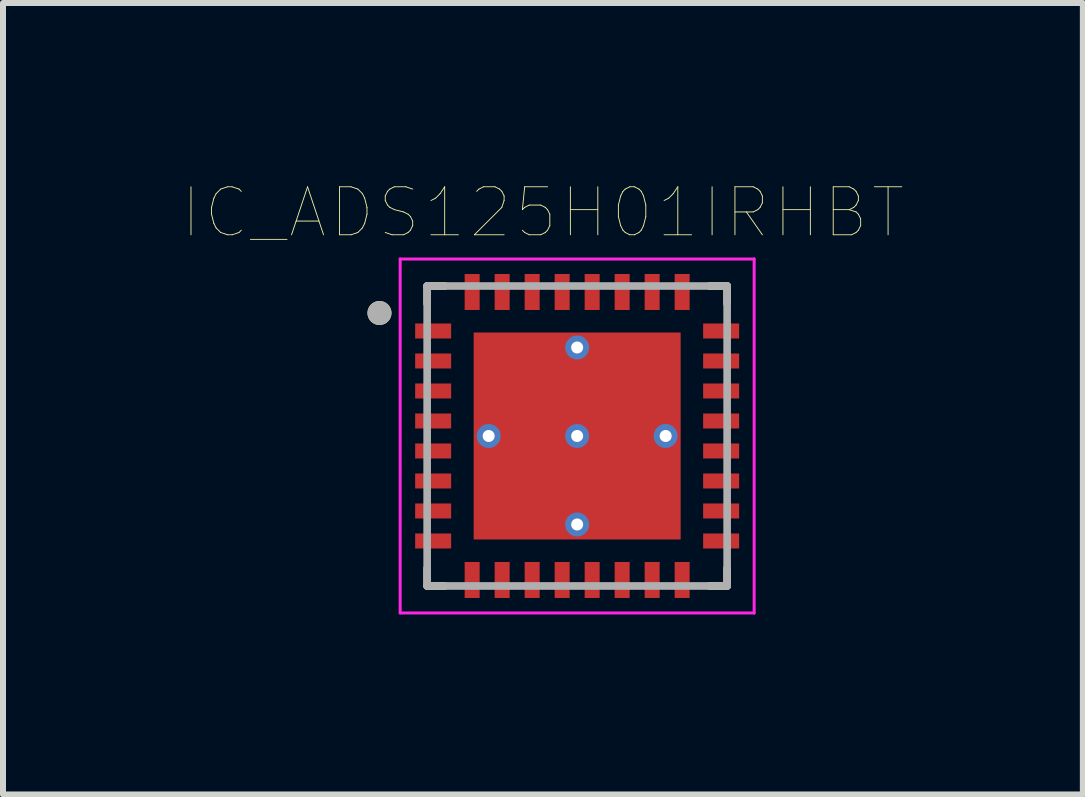
<source format=kicad_pcb>
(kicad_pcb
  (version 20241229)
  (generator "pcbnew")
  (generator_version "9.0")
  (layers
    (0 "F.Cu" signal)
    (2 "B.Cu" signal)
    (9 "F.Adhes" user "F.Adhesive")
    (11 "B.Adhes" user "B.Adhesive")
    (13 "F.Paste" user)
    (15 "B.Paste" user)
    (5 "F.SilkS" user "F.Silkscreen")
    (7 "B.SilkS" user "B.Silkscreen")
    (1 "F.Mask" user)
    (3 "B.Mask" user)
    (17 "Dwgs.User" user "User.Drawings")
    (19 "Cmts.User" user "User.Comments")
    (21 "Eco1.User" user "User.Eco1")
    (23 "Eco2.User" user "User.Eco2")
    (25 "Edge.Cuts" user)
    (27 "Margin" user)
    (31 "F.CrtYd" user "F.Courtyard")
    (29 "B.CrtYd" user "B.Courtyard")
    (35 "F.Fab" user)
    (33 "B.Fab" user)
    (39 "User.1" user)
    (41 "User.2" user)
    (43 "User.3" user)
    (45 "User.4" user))
  (footprint "IC_ADS125H01IRHBT"
    (layer "F.Cu")
    (at 6.57 4.217)
    (property "Reference" "IC_ADS125H01IRHBT" (at -0.57 -3.723 0) (layer "F.SilkS") (effects (font (size 0.8 0.8) (thickness 0.015))))
    (attr through_hole)
    (fp_poly (pts (xy -1.795 -1.795) (xy 1.795 -1.795) (xy 1.795 1.795) (xy -1.795 1.795)) (stroke (width 0.01) (type solid)) (fill yes) (layer "F.Mask"))
    (fp_poly (pts (xy -2.72 -1.945) (xy -2.08 -1.945) (xy -2.077 -1.945) (xy -2.075 -1.945) (xy -2.072 -1.944) (xy -2.07 -1.944) (xy -2.067 -1.943) (xy -2.065 -1.943) (xy -2.062 -1.942) (xy -2.06 -1.941) (xy -2.057 -1.94) (xy -2.055 -1.938) (xy -2.053 -1.937) (xy -2.051 -1.935) (xy -2.049 -1.934) (xy -2.047 -1.932) (xy -2.045 -1.93) (xy -2.043 -1.928) (xy -2.041 -1.926) (xy -2.04 -1.924) (xy -2.038 -1.922) (xy -2.037 -1.92) (xy -2.035 -1.918) (xy -2.034 -1.915) (xy -2.033 -1.913) (xy -2.032 -1.91) (xy -2.032 -1.908) (xy -2.031 -1.905) (xy -2.031 -1.903) (xy -2.03 -1.9) (xy -2.03 -1.898) (xy -2.03 -1.895) (xy -2.03 -1.605) (xy -2.03 -1.602) (xy -2.03 -1.6) (xy -2.031 -1.597) (xy -2.031 -1.595) (xy -2.032 -1.592) (xy -2.032 -1.59) (xy -2.033 -1.587) (xy -2.034 -1.585) (xy -2.035 -1.582) (xy -2.037 -1.58) (xy -2.038 -1.578) (xy -2.04 -1.576) (xy -2.041 -1.574) (xy -2.043 -1.572) (xy -2.045 -1.57) (xy -2.047 -1.568) (xy -2.049 -1.566) (xy -2.051 -1.565) (xy -2.053 -1.563) (xy -2.055 -1.562) (xy -2.057 -1.56) (xy -2.06 -1.559) (xy -2.062 -1.558) (xy -2.065 -1.557) (xy -2.067 -1.557) (xy -2.07 -1.556) (xy -2.072 -1.556) (xy -2.075 -1.555) (xy -2.077 -1.555) (xy -2.08 -1.555) (xy -2.72 -1.555) (xy -2.723 -1.555) (xy -2.725 -1.555) (xy -2.728 -1.556) (xy -2.73 -1.556) (xy -2.733 -1.557) (xy -2.735 -1.557) (xy -2.738 -1.558) (xy -2.74 -1.559) (xy -2.743 -1.56) (xy -2.745 -1.562) (xy -2.747 -1.563) (xy -2.749 -1.565) (xy -2.751 -1.566) (xy -2.753 -1.568) (xy -2.755 -1.57) (xy -2.757 -1.572) (xy -2.759 -1.574) (xy -2.76 -1.576) (xy -2.762 -1.578) (xy -2.763 -1.58) (xy -2.765 -1.582) (xy -2.766 -1.585) (xy -2.767 -1.587) (xy -2.768 -1.59) (xy -2.768 -1.592) (xy -2.769 -1.595) (xy -2.769 -1.597) (xy -2.77 -1.6) (xy -2.77 -1.602) (xy -2.77 -1.605) (xy -2.77 -1.895) (xy -2.77 -1.898) (xy -2.77 -1.9) (xy -2.769 -1.903) (xy -2.769 -1.905) (xy -2.768 -1.908) (xy -2.768 -1.91) (xy -2.767 -1.913) (xy -2.766 -1.915) (xy -2.765 -1.918) (xy -2.763 -1.92) (xy -2.762 -1.922) (xy -2.76 -1.924) (xy -2.759 -1.926) (xy -2.757 -1.928) (xy -2.755 -1.93) (xy -2.753 -1.932) (xy -2.751 -1.934) (xy -2.749 -1.935) (xy -2.747 -1.937) (xy -2.745 -1.938) (xy -2.743 -1.94) (xy -2.74 -1.941) (xy -2.738 -1.942) (xy -2.735 -1.943) (xy -2.733 -1.943) (xy -2.73 -1.944) (xy -2.728 -1.944) (xy -2.725 -1.945) (xy -2.723 -1.945) (xy -2.72 -1.945)) (stroke (width 0.01) (type solid)) (fill yes) (layer "F.Mask"))
    (fp_poly (pts (xy -2.72 -1.445) (xy -2.08 -1.445) (xy -2.077 -1.445) (xy -2.075 -1.445) (xy -2.072 -1.444) (xy -2.07 -1.444) (xy -2.067 -1.443) (xy -2.065 -1.443) (xy -2.062 -1.442) (xy -2.06 -1.441) (xy -2.057 -1.44) (xy -2.055 -1.438) (xy -2.053 -1.437) (xy -2.051 -1.435) (xy -2.049 -1.434) (xy -2.047 -1.432) (xy -2.045 -1.43) (xy -2.043 -1.428) (xy -2.041 -1.426) (xy -2.04 -1.424) (xy -2.038 -1.422) (xy -2.037 -1.42) (xy -2.035 -1.418) (xy -2.034 -1.415) (xy -2.033 -1.413) (xy -2.032 -1.41) (xy -2.032 -1.408) (xy -2.031 -1.405) (xy -2.031 -1.403) (xy -2.03 -1.4) (xy -2.03 -1.398) (xy -2.03 -1.395) (xy -2.03 -1.105) (xy -2.03 -1.102) (xy -2.03 -1.1) (xy -2.031 -1.097) (xy -2.031 -1.095) (xy -2.032 -1.092) (xy -2.032 -1.09) (xy -2.033 -1.087) (xy -2.034 -1.085) (xy -2.035 -1.082) (xy -2.037 -1.08) (xy -2.038 -1.078) (xy -2.04 -1.076) (xy -2.041 -1.074) (xy -2.043 -1.072) (xy -2.045 -1.07) (xy -2.047 -1.068) (xy -2.049 -1.066) (xy -2.051 -1.065) (xy -2.053 -1.063) (xy -2.055 -1.062) (xy -2.057 -1.06) (xy -2.06 -1.059) (xy -2.062 -1.058) (xy -2.065 -1.057) (xy -2.067 -1.057) (xy -2.07 -1.056) (xy -2.072 -1.056) (xy -2.075 -1.055) (xy -2.077 -1.055) (xy -2.08 -1.055) (xy -2.72 -1.055) (xy -2.723 -1.055) (xy -2.725 -1.055) (xy -2.728 -1.056) (xy -2.73 -1.056) (xy -2.733 -1.057) (xy -2.735 -1.057) (xy -2.738 -1.058) (xy -2.74 -1.059) (xy -2.743 -1.06) (xy -2.745 -1.062) (xy -2.747 -1.063) (xy -2.749 -1.065) (xy -2.751 -1.066) (xy -2.753 -1.068) (xy -2.755 -1.07) (xy -2.757 -1.072) (xy -2.759 -1.074) (xy -2.76 -1.076) (xy -2.762 -1.078) (xy -2.763 -1.08) (xy -2.765 -1.082) (xy -2.766 -1.085) (xy -2.767 -1.087) (xy -2.768 -1.09) (xy -2.768 -1.092) (xy -2.769 -1.095) (xy -2.769 -1.097) (xy -2.77 -1.1) (xy -2.77 -1.102) (xy -2.77 -1.105) (xy -2.77 -1.395) (xy -2.77 -1.398) (xy -2.77 -1.4) (xy -2.769 -1.403) (xy -2.769 -1.405) (xy -2.768 -1.408) (xy -2.768 -1.41) (xy -2.767 -1.413) (xy -2.766 -1.415) (xy -2.765 -1.418) (xy -2.763 -1.42) (xy -2.762 -1.422) (xy -2.76 -1.424) (xy -2.759 -1.426) (xy -2.757 -1.428) (xy -2.755 -1.43) (xy -2.753 -1.432) (xy -2.751 -1.434) (xy -2.749 -1.435) (xy -2.747 -1.437) (xy -2.745 -1.438) (xy -2.743 -1.44) (xy -2.74 -1.441) (xy -2.738 -1.442) (xy -2.735 -1.443) (xy -2.733 -1.443) (xy -2.73 -1.444) (xy -2.728 -1.444) (xy -2.725 -1.445) (xy -2.723 -1.445) (xy -2.72 -1.445)) (stroke (width 0.01) (type solid)) (fill yes) (layer "F.Mask"))
    (fp_poly (pts (xy -2.72 -0.945) (xy -2.08 -0.945) (xy -2.077 -0.945) (xy -2.075 -0.945) (xy -2.072 -0.944) (xy -2.07 -0.944) (xy -2.067 -0.943) (xy -2.065 -0.943) (xy -2.062 -0.942) (xy -2.06 -0.941) (xy -2.057 -0.94) (xy -2.055 -0.938) (xy -2.053 -0.937) (xy -2.051 -0.935) (xy -2.049 -0.934) (xy -2.047 -0.932) (xy -2.045 -0.93) (xy -2.043 -0.928) (xy -2.041 -0.926) (xy -2.04 -0.924) (xy -2.038 -0.922) (xy -2.037 -0.92) (xy -2.035 -0.918) (xy -2.034 -0.915) (xy -2.033 -0.913) (xy -2.032 -0.91) (xy -2.032 -0.908) (xy -2.031 -0.905) (xy -2.031 -0.903) (xy -2.03 -0.9) (xy -2.03 -0.898) (xy -2.03 -0.895) (xy -2.03 -0.605) (xy -2.03 -0.602) (xy -2.03 -0.6) (xy -2.031 -0.597) (xy -2.031 -0.595) (xy -2.032 -0.592) (xy -2.032 -0.59) (xy -2.033 -0.587) (xy -2.034 -0.585) (xy -2.035 -0.582) (xy -2.037 -0.58) (xy -2.038 -0.578) (xy -2.04 -0.576) (xy -2.041 -0.574) (xy -2.043 -0.572) (xy -2.045 -0.57) (xy -2.047 -0.568) (xy -2.049 -0.566) (xy -2.051 -0.565) (xy -2.053 -0.563) (xy -2.055 -0.562) (xy -2.057 -0.56) (xy -2.06 -0.559) (xy -2.062 -0.558) (xy -2.065 -0.557) (xy -2.067 -0.557) (xy -2.07 -0.556) (xy -2.072 -0.556) (xy -2.075 -0.555) (xy -2.077 -0.555) (xy -2.08 -0.555) (xy -2.72 -0.555) (xy -2.723 -0.555) (xy -2.725 -0.555) (xy -2.728 -0.556) (xy -2.73 -0.556) (xy -2.733 -0.557) (xy -2.735 -0.557) (xy -2.738 -0.558) (xy -2.74 -0.559) (xy -2.743 -0.56) (xy -2.745 -0.562) (xy -2.747 -0.563) (xy -2.749 -0.565) (xy -2.751 -0.566) (xy -2.753 -0.568) (xy -2.755 -0.57) (xy -2.757 -0.572) (xy -2.759 -0.574) (xy -2.76 -0.576) (xy -2.762 -0.578) (xy -2.763 -0.58) (xy -2.765 -0.582) (xy -2.766 -0.585) (xy -2.767 -0.587) (xy -2.768 -0.59) (xy -2.768 -0.592) (xy -2.769 -0.595) (xy -2.769 -0.597) (xy -2.77 -0.6) (xy -2.77 -0.602) (xy -2.77 -0.605) (xy -2.77 -0.895) (xy -2.77 -0.898) (xy -2.77 -0.9) (xy -2.769 -0.903) (xy -2.769 -0.905) (xy -2.768 -0.908) (xy -2.768 -0.91) (xy -2.767 -0.913) (xy -2.766 -0.915) (xy -2.765 -0.918) (xy -2.763 -0.92) (xy -2.762 -0.922) (xy -2.76 -0.924) (xy -2.759 -0.926) (xy -2.757 -0.928) (xy -2.755 -0.93) (xy -2.753 -0.932) (xy -2.751 -0.934) (xy -2.749 -0.935) (xy -2.747 -0.937) (xy -2.745 -0.938) (xy -2.743 -0.94) (xy -2.74 -0.941) (xy -2.738 -0.942) (xy -2.735 -0.943) (xy -2.733 -0.943) (xy -2.73 -0.944) (xy -2.728 -0.944) (xy -2.725 -0.945) (xy -2.723 -0.945) (xy -2.72 -0.945)) (stroke (width 0.01) (type solid)) (fill yes) (layer "F.Mask"))
    (fp_poly (pts (xy -2.72 -0.445) (xy -2.08 -0.445) (xy -2.077 -0.445) (xy -2.075 -0.445) (xy -2.072 -0.444) (xy -2.07 -0.444) (xy -2.067 -0.443) (xy -2.065 -0.443) (xy -2.062 -0.442) (xy -2.06 -0.441) (xy -2.057 -0.44) (xy -2.055 -0.438) (xy -2.053 -0.437) (xy -2.051 -0.435) (xy -2.049 -0.434) (xy -2.047 -0.432) (xy -2.045 -0.43) (xy -2.043 -0.428) (xy -2.041 -0.426) (xy -2.04 -0.424) (xy -2.038 -0.422) (xy -2.037 -0.42) (xy -2.035 -0.418) (xy -2.034 -0.415) (xy -2.033 -0.413) (xy -2.032 -0.41) (xy -2.032 -0.408) (xy -2.031 -0.405) (xy -2.031 -0.403) (xy -2.03 -0.4) (xy -2.03 -0.398) (xy -2.03 -0.395) (xy -2.03 -0.105) (xy -2.03 -0.102) (xy -2.03 -0.1) (xy -2.031 -0.097) (xy -2.031 -0.095) (xy -2.032 -0.092) (xy -2.032 -0.09) (xy -2.033 -0.087) (xy -2.034 -0.085) (xy -2.035 -0.082) (xy -2.037 -0.08) (xy -2.038 -0.078) (xy -2.04 -0.076) (xy -2.041 -0.074) (xy -2.043 -0.072) (xy -2.045 -0.07) (xy -2.047 -0.068) (xy -2.049 -0.066) (xy -2.051 -0.065) (xy -2.053 -0.063) (xy -2.055 -0.062) (xy -2.057 -0.06) (xy -2.06 -0.059) (xy -2.062 -0.058) (xy -2.065 -0.057) (xy -2.067 -0.057) (xy -2.07 -0.056) (xy -2.072 -0.056) (xy -2.075 -0.055) (xy -2.077 -0.055) (xy -2.08 -0.055) (xy -2.72 -0.055) (xy -2.723 -0.055) (xy -2.725 -0.055) (xy -2.728 -0.056) (xy -2.73 -0.056) (xy -2.733 -0.057) (xy -2.735 -0.057) (xy -2.738 -0.058) (xy -2.74 -0.059) (xy -2.743 -0.06) (xy -2.745 -0.062) (xy -2.747 -0.063) (xy -2.749 -0.065) (xy -2.751 -0.066) (xy -2.753 -0.068) (xy -2.755 -0.07) (xy -2.757 -0.072) (xy -2.759 -0.074) (xy -2.76 -0.076) (xy -2.762 -0.078) (xy -2.763 -0.08) (xy -2.765 -0.082) (xy -2.766 -0.085) (xy -2.767 -0.087) (xy -2.768 -0.09) (xy -2.768 -0.092) (xy -2.769 -0.095) (xy -2.769 -0.097) (xy -2.77 -0.1) (xy -2.77 -0.102) (xy -2.77 -0.105) (xy -2.77 -0.395) (xy -2.77 -0.398) (xy -2.77 -0.4) (xy -2.769 -0.403) (xy -2.769 -0.405) (xy -2.768 -0.408) (xy -2.768 -0.41) (xy -2.767 -0.413) (xy -2.766 -0.415) (xy -2.765 -0.418) (xy -2.763 -0.42) (xy -2.762 -0.422) (xy -2.76 -0.424) (xy -2.759 -0.426) (xy -2.757 -0.428) (xy -2.755 -0.43) (xy -2.753 -0.432) (xy -2.751 -0.434) (xy -2.749 -0.435) (xy -2.747 -0.437) (xy -2.745 -0.438) (xy -2.743 -0.44) (xy -2.74 -0.441) (xy -2.738 -0.442) (xy -2.735 -0.443) (xy -2.733 -0.443) (xy -2.73 -0.444) (xy -2.728 -0.444) (xy -2.725 -0.445) (xy -2.723 -0.445) (xy -2.72 -0.445)) (stroke (width 0.01) (type solid)) (fill yes) (layer "F.Mask"))
    (fp_poly (pts (xy -2.72 0.055) (xy -2.08 0.055) (xy -2.077 0.055) (xy -2.075 0.055) (xy -2.072 0.056) (xy -2.07 0.056) (xy -2.067 0.057) (xy -2.065 0.057) (xy -2.062 0.058) (xy -2.06 0.059) (xy -2.057 0.06) (xy -2.055 0.062) (xy -2.053 0.063) (xy -2.051 0.065) (xy -2.049 0.066) (xy -2.047 0.068) (xy -2.045 0.07) (xy -2.043 0.072) (xy -2.041 0.074) (xy -2.04 0.076) (xy -2.038 0.078) (xy -2.037 0.08) (xy -2.035 0.082) (xy -2.034 0.085) (xy -2.033 0.087) (xy -2.032 0.09) (xy -2.032 0.092) (xy -2.031 0.095) (xy -2.031 0.097) (xy -2.03 0.1) (xy -2.03 0.102) (xy -2.03 0.105) (xy -2.03 0.395) (xy -2.03 0.398) (xy -2.03 0.4) (xy -2.031 0.403) (xy -2.031 0.405) (xy -2.032 0.408) (xy -2.032 0.41) (xy -2.033 0.413) (xy -2.034 0.415) (xy -2.035 0.418) (xy -2.037 0.42) (xy -2.038 0.422) (xy -2.04 0.424) (xy -2.041 0.426) (xy -2.043 0.428) (xy -2.045 0.43) (xy -2.047 0.432) (xy -2.049 0.434) (xy -2.051 0.435) (xy -2.053 0.437) (xy -2.055 0.438) (xy -2.057 0.44) (xy -2.06 0.441) (xy -2.062 0.442) (xy -2.065 0.443) (xy -2.067 0.443) (xy -2.07 0.444) (xy -2.072 0.444) (xy -2.075 0.445) (xy -2.077 0.445) (xy -2.08 0.445) (xy -2.72 0.445) (xy -2.723 0.445) (xy -2.725 0.445) (xy -2.728 0.444) (xy -2.73 0.444) (xy -2.733 0.443) (xy -2.735 0.443) (xy -2.738 0.442) (xy -2.74 0.441) (xy -2.743 0.44) (xy -2.745 0.438) (xy -2.747 0.437) (xy -2.749 0.435) (xy -2.751 0.434) (xy -2.753 0.432) (xy -2.755 0.43) (xy -2.757 0.428) (xy -2.759 0.426) (xy -2.76 0.424) (xy -2.762 0.422) (xy -2.763 0.42) (xy -2.765 0.418) (xy -2.766 0.415) (xy -2.767 0.413) (xy -2.768 0.41) (xy -2.768 0.408) (xy -2.769 0.405) (xy -2.769 0.403) (xy -2.77 0.4) (xy -2.77 0.398) (xy -2.77 0.395) (xy -2.77 0.105) (xy -2.77 0.102) (xy -2.77 0.1) (xy -2.769 0.097) (xy -2.769 0.095) (xy -2.768 0.092) (xy -2.768 0.09) (xy -2.767 0.087) (xy -2.766 0.085) (xy -2.765 0.082) (xy -2.763 0.08) (xy -2.762 0.078) (xy -2.76 0.076) (xy -2.759 0.074) (xy -2.757 0.072) (xy -2.755 0.07) (xy -2.753 0.068) (xy -2.751 0.066) (xy -2.749 0.065) (xy -2.747 0.063) (xy -2.745 0.062) (xy -2.743 0.06) (xy -2.74 0.059) (xy -2.738 0.058) (xy -2.735 0.057) (xy -2.733 0.057) (xy -2.73 0.056) (xy -2.728 0.056) (xy -2.725 0.055) (xy -2.723 0.055) (xy -2.72 0.055)) (stroke (width 0.01) (type solid)) (fill yes) (layer "F.Mask"))
    (fp_poly (pts (xy -2.72 0.555) (xy -2.08 0.555) (xy -2.077 0.555) (xy -2.075 0.555) (xy -2.072 0.556) (xy -2.07 0.556) (xy -2.067 0.557) (xy -2.065 0.557) (xy -2.062 0.558) (xy -2.06 0.559) (xy -2.057 0.56) (xy -2.055 0.562) (xy -2.053 0.563) (xy -2.051 0.565) (xy -2.049 0.566) (xy -2.047 0.568) (xy -2.045 0.57) (xy -2.043 0.572) (xy -2.041 0.574) (xy -2.04 0.576) (xy -2.038 0.578) (xy -2.037 0.58) (xy -2.035 0.582) (xy -2.034 0.585) (xy -2.033 0.587) (xy -2.032 0.59) (xy -2.032 0.592) (xy -2.031 0.595) (xy -2.031 0.597) (xy -2.03 0.6) (xy -2.03 0.602) (xy -2.03 0.605) (xy -2.03 0.895) (xy -2.03 0.898) (xy -2.03 0.9) (xy -2.031 0.903) (xy -2.031 0.905) (xy -2.032 0.908) (xy -2.032 0.91) (xy -2.033 0.913) (xy -2.034 0.915) (xy -2.035 0.918) (xy -2.037 0.92) (xy -2.038 0.922) (xy -2.04 0.924) (xy -2.041 0.926) (xy -2.043 0.928) (xy -2.045 0.93) (xy -2.047 0.932) (xy -2.049 0.934) (xy -2.051 0.935) (xy -2.053 0.937) (xy -2.055 0.938) (xy -2.057 0.94) (xy -2.06 0.941) (xy -2.062 0.942) (xy -2.065 0.943) (xy -2.067 0.943) (xy -2.07 0.944) (xy -2.072 0.944) (xy -2.075 0.945) (xy -2.077 0.945) (xy -2.08 0.945) (xy -2.72 0.945) (xy -2.723 0.945) (xy -2.725 0.945) (xy -2.728 0.944) (xy -2.73 0.944) (xy -2.733 0.943) (xy -2.735 0.943) (xy -2.738 0.942) (xy -2.74 0.941) (xy -2.743 0.94) (xy -2.745 0.938) (xy -2.747 0.937) (xy -2.749 0.935) (xy -2.751 0.934) (xy -2.753 0.932) (xy -2.755 0.93) (xy -2.757 0.928) (xy -2.759 0.926) (xy -2.76 0.924) (xy -2.762 0.922) (xy -2.763 0.92) (xy -2.765 0.918) (xy -2.766 0.915) (xy -2.767 0.913) (xy -2.768 0.91) (xy -2.768 0.908) (xy -2.769 0.905) (xy -2.769 0.903) (xy -2.77 0.9) (xy -2.77 0.898) (xy -2.77 0.895) (xy -2.77 0.605) (xy -2.77 0.602) (xy -2.77 0.6) (xy -2.769 0.597) (xy -2.769 0.595) (xy -2.768 0.592) (xy -2.768 0.59) (xy -2.767 0.587) (xy -2.766 0.585) (xy -2.765 0.582) (xy -2.763 0.58) (xy -2.762 0.578) (xy -2.76 0.576) (xy -2.759 0.574) (xy -2.757 0.572) (xy -2.755 0.57) (xy -2.753 0.568) (xy -2.751 0.566) (xy -2.749 0.565) (xy -2.747 0.563) (xy -2.745 0.562) (xy -2.743 0.56) (xy -2.74 0.559) (xy -2.738 0.558) (xy -2.735 0.557) (xy -2.733 0.557) (xy -2.73 0.556) (xy -2.728 0.556) (xy -2.725 0.555) (xy -2.723 0.555) (xy -2.72 0.555)) (stroke (width 0.01) (type solid)) (fill yes) (layer "F.Mask"))
    (fp_poly (pts (xy -2.72 1.055) (xy -2.08 1.055) (xy -2.077 1.055) (xy -2.075 1.055) (xy -2.072 1.056) (xy -2.07 1.056) (xy -2.067 1.057) (xy -2.065 1.057) (xy -2.062 1.058) (xy -2.06 1.059) (xy -2.057 1.06) (xy -2.055 1.062) (xy -2.053 1.063) (xy -2.051 1.065) (xy -2.049 1.066) (xy -2.047 1.068) (xy -2.045 1.07) (xy -2.043 1.072) (xy -2.041 1.074) (xy -2.04 1.076) (xy -2.038 1.078) (xy -2.037 1.08) (xy -2.035 1.082) (xy -2.034 1.085) (xy -2.033 1.087) (xy -2.032 1.09) (xy -2.032 1.092) (xy -2.031 1.095) (xy -2.031 1.097) (xy -2.03 1.1) (xy -2.03 1.102) (xy -2.03 1.105) (xy -2.03 1.395) (xy -2.03 1.398) (xy -2.03 1.4) (xy -2.031 1.403) (xy -2.031 1.405) (xy -2.032 1.408) (xy -2.032 1.41) (xy -2.033 1.413) (xy -2.034 1.415) (xy -2.035 1.418) (xy -2.037 1.42) (xy -2.038 1.422) (xy -2.04 1.424) (xy -2.041 1.426) (xy -2.043 1.428) (xy -2.045 1.43) (xy -2.047 1.432) (xy -2.049 1.434) (xy -2.051 1.435) (xy -2.053 1.437) (xy -2.055 1.438) (xy -2.057 1.44) (xy -2.06 1.441) (xy -2.062 1.442) (xy -2.065 1.443) (xy -2.067 1.443) (xy -2.07 1.444) (xy -2.072 1.444) (xy -2.075 1.445) (xy -2.077 1.445) (xy -2.08 1.445) (xy -2.72 1.445) (xy -2.723 1.445) (xy -2.725 1.445) (xy -2.728 1.444) (xy -2.73 1.444) (xy -2.733 1.443) (xy -2.735 1.443) (xy -2.738 1.442) (xy -2.74 1.441) (xy -2.743 1.44) (xy -2.745 1.438) (xy -2.747 1.437) (xy -2.749 1.435) (xy -2.751 1.434) (xy -2.753 1.432) (xy -2.755 1.43) (xy -2.757 1.428) (xy -2.759 1.426) (xy -2.76 1.424) (xy -2.762 1.422) (xy -2.763 1.42) (xy -2.765 1.418) (xy -2.766 1.415) (xy -2.767 1.413) (xy -2.768 1.41) (xy -2.768 1.408) (xy -2.769 1.405) (xy -2.769 1.403) (xy -2.77 1.4) (xy -2.77 1.398) (xy -2.77 1.395) (xy -2.77 1.105) (xy -2.77 1.102) (xy -2.77 1.1) (xy -2.769 1.097) (xy -2.769 1.095) (xy -2.768 1.092) (xy -2.768 1.09) (xy -2.767 1.087) (xy -2.766 1.085) (xy -2.765 1.082) (xy -2.763 1.08) (xy -2.762 1.078) (xy -2.76 1.076) (xy -2.759 1.074) (xy -2.757 1.072) (xy -2.755 1.07) (xy -2.753 1.068) (xy -2.751 1.066) (xy -2.749 1.065) (xy -2.747 1.063) (xy -2.745 1.062) (xy -2.743 1.06) (xy -2.74 1.059) (xy -2.738 1.058) (xy -2.735 1.057) (xy -2.733 1.057) (xy -2.73 1.056) (xy -2.728 1.056) (xy -2.725 1.055) (xy -2.723 1.055) (xy -2.72 1.055)) (stroke (width 0.01) (type solid)) (fill yes) (layer "F.Mask"))
    (fp_poly (pts (xy -2.72 1.555) (xy -2.08 1.555) (xy -2.077 1.555) (xy -2.075 1.555) (xy -2.072 1.556) (xy -2.07 1.556) (xy -2.067 1.557) (xy -2.065 1.557) (xy -2.062 1.558) (xy -2.06 1.559) (xy -2.057 1.56) (xy -2.055 1.562) (xy -2.053 1.563) (xy -2.051 1.565) (xy -2.049 1.566) (xy -2.047 1.568) (xy -2.045 1.57) (xy -2.043 1.572) (xy -2.041 1.574) (xy -2.04 1.576) (xy -2.038 1.578) (xy -2.037 1.58) (xy -2.035 1.582) (xy -2.034 1.585) (xy -2.033 1.587) (xy -2.032 1.59) (xy -2.032 1.592) (xy -2.031 1.595) (xy -2.031 1.597) (xy -2.03 1.6) (xy -2.03 1.602) (xy -2.03 1.605) (xy -2.03 1.895) (xy -2.03 1.898) (xy -2.03 1.9) (xy -2.031 1.903) (xy -2.031 1.905) (xy -2.032 1.908) (xy -2.032 1.91) (xy -2.033 1.913) (xy -2.034 1.915) (xy -2.035 1.918) (xy -2.037 1.92) (xy -2.038 1.922) (xy -2.04 1.924) (xy -2.041 1.926) (xy -2.043 1.928) (xy -2.045 1.93) (xy -2.047 1.932) (xy -2.049 1.934) (xy -2.051 1.935) (xy -2.053 1.937) (xy -2.055 1.938) (xy -2.057 1.94) (xy -2.06 1.941) (xy -2.062 1.942) (xy -2.065 1.943) (xy -2.067 1.943) (xy -2.07 1.944) (xy -2.072 1.944) (xy -2.075 1.945) (xy -2.077 1.945) (xy -2.08 1.945) (xy -2.72 1.945) (xy -2.723 1.945) (xy -2.725 1.945) (xy -2.728 1.944) (xy -2.73 1.944) (xy -2.733 1.943) (xy -2.735 1.943) (xy -2.738 1.942) (xy -2.74 1.941) (xy -2.743 1.94) (xy -2.745 1.938) (xy -2.747 1.937) (xy -2.749 1.935) (xy -2.751 1.934) (xy -2.753 1.932) (xy -2.755 1.93) (xy -2.757 1.928) (xy -2.759 1.926) (xy -2.76 1.924) (xy -2.762 1.922) (xy -2.763 1.92) (xy -2.765 1.918) (xy -2.766 1.915) (xy -2.767 1.913) (xy -2.768 1.91) (xy -2.768 1.908) (xy -2.769 1.905) (xy -2.769 1.903) (xy -2.77 1.9) (xy -2.77 1.898) (xy -2.77 1.895) (xy -2.77 1.605) (xy -2.77 1.602) (xy -2.77 1.6) (xy -2.769 1.597) (xy -2.769 1.595) (xy -2.768 1.592) (xy -2.768 1.59) (xy -2.767 1.587) (xy -2.766 1.585) (xy -2.765 1.582) (xy -2.763 1.58) (xy -2.762 1.578) (xy -2.76 1.576) (xy -2.759 1.574) (xy -2.757 1.572) (xy -2.755 1.57) (xy -2.753 1.568) (xy -2.751 1.566) (xy -2.749 1.565) (xy -2.747 1.563) (xy -2.745 1.562) (xy -2.743 1.56) (xy -2.74 1.559) (xy -2.738 1.558) (xy -2.735 1.557) (xy -2.733 1.557) (xy -2.73 1.556) (xy -2.728 1.556) (xy -2.725 1.555) (xy -2.723 1.555) (xy -2.72 1.555)) (stroke (width 0.01) (type solid)) (fill yes) (layer "F.Mask"))
    (fp_poly (pts (xy -1.945 -2.08) (xy -1.945 -2.72) (xy -1.945 -2.723) (xy -1.945 -2.725) (xy -1.944 -2.728) (xy -1.944 -2.73) (xy -1.943 -2.733) (xy -1.943 -2.735) (xy -1.942 -2.738) (xy -1.941 -2.74) (xy -1.94 -2.743) (xy -1.938 -2.745) (xy -1.937 -2.747) (xy -1.935 -2.749) (xy -1.934 -2.751) (xy -1.932 -2.753) (xy -1.93 -2.755) (xy -1.928 -2.757) (xy -1.926 -2.759) (xy -1.924 -2.76) (xy -1.922 -2.762) (xy -1.92 -2.763) (xy -1.918 -2.765) (xy -1.915 -2.766) (xy -1.913 -2.767) (xy -1.91 -2.768) (xy -1.908 -2.768) (xy -1.905 -2.769) (xy -1.903 -2.769) (xy -1.9 -2.77) (xy -1.898 -2.77) (xy -1.895 -2.77) (xy -1.605 -2.77) (xy -1.602 -2.77) (xy -1.6 -2.77) (xy -1.597 -2.769) (xy -1.595 -2.769) (xy -1.592 -2.768) (xy -1.59 -2.768) (xy -1.587 -2.767) (xy -1.585 -2.766) (xy -1.582 -2.765) (xy -1.58 -2.763) (xy -1.578 -2.762) (xy -1.576 -2.76) (xy -1.574 -2.759) (xy -1.572 -2.757) (xy -1.57 -2.755) (xy -1.568 -2.753) (xy -1.566 -2.751) (xy -1.565 -2.749) (xy -1.563 -2.747) (xy -1.562 -2.745) (xy -1.56 -2.743) (xy -1.559 -2.74) (xy -1.558 -2.738) (xy -1.557 -2.735) (xy -1.557 -2.733) (xy -1.556 -2.73) (xy -1.556 -2.728) (xy -1.555 -2.725) (xy -1.555 -2.723) (xy -1.555 -2.72) (xy -1.555 -2.08) (xy -1.555 -2.077) (xy -1.555 -2.075) (xy -1.556 -2.072) (xy -1.556 -2.07) (xy -1.557 -2.067) (xy -1.557 -2.065) (xy -1.558 -2.062) (xy -1.559 -2.06) (xy -1.56 -2.057) (xy -1.562 -2.055) (xy -1.563 -2.053) (xy -1.565 -2.051) (xy -1.566 -2.049) (xy -1.568 -2.047) (xy -1.57 -2.045) (xy -1.572 -2.043) (xy -1.574 -2.041) (xy -1.576 -2.04) (xy -1.578 -2.038) (xy -1.58 -2.037) (xy -1.582 -2.035) (xy -1.585 -2.034) (xy -1.587 -2.033) (xy -1.59 -2.032) (xy -1.592 -2.032) (xy -1.595 -2.031) (xy -1.597 -2.031) (xy -1.6 -2.03) (xy -1.602 -2.03) (xy -1.605 -2.03) (xy -1.895 -2.03) (xy -1.898 -2.03) (xy -1.9 -2.03) (xy -1.903 -2.031) (xy -1.905 -2.031) (xy -1.908 -2.032) (xy -1.91 -2.032) (xy -1.913 -2.033) (xy -1.915 -2.034) (xy -1.918 -2.035) (xy -1.92 -2.037) (xy -1.922 -2.038) (xy -1.924 -2.04) (xy -1.926 -2.041) (xy -1.928 -2.043) (xy -1.93 -2.045) (xy -1.932 -2.047) (xy -1.934 -2.049) (xy -1.935 -2.051) (xy -1.937 -2.053) (xy -1.938 -2.055) (xy -1.94 -2.057) (xy -1.941 -2.06) (xy -1.942 -2.062) (xy -1.943 -2.065) (xy -1.943 -2.067) (xy -1.944 -2.07) (xy -1.944 -2.072) (xy -1.945 -2.075) (xy -1.945 -2.077) (xy -1.945 -2.08)) (stroke (width 0.01) (type solid)) (fill yes) (layer "F.Mask"))
    (fp_poly (pts (xy -1.945 2.72) (xy -1.945 2.08) (xy -1.945 2.077) (xy -1.945 2.075) (xy -1.944 2.072) (xy -1.944 2.07) (xy -1.943 2.067) (xy -1.943 2.065) (xy -1.942 2.062) (xy -1.941 2.06) (xy -1.94 2.057) (xy -1.938 2.055) (xy -1.937 2.053) (xy -1.935 2.051) (xy -1.934 2.049) (xy -1.932 2.047) (xy -1.93 2.045) (xy -1.928 2.043) (xy -1.926 2.041) (xy -1.924 2.04) (xy -1.922 2.038) (xy -1.92 2.037) (xy -1.918 2.035) (xy -1.915 2.034) (xy -1.913 2.033) (xy -1.91 2.032) (xy -1.908 2.032) (xy -1.905 2.031) (xy -1.903 2.031) (xy -1.9 2.03) (xy -1.898 2.03) (xy -1.895 2.03) (xy -1.605 2.03) (xy -1.602 2.03) (xy -1.6 2.03) (xy -1.597 2.031) (xy -1.595 2.031) (xy -1.592 2.032) (xy -1.59 2.032) (xy -1.587 2.033) (xy -1.585 2.034) (xy -1.582 2.035) (xy -1.58 2.037) (xy -1.578 2.038) (xy -1.576 2.04) (xy -1.574 2.041) (xy -1.572 2.043) (xy -1.57 2.045) (xy -1.568 2.047) (xy -1.566 2.049) (xy -1.565 2.051) (xy -1.563 2.053) (xy -1.562 2.055) (xy -1.56 2.057) (xy -1.559 2.06) (xy -1.558 2.062) (xy -1.557 2.065) (xy -1.557 2.067) (xy -1.556 2.07) (xy -1.556 2.072) (xy -1.555 2.075) (xy -1.555 2.077) (xy -1.555 2.08) (xy -1.555 2.72) (xy -1.555 2.723) (xy -1.555 2.725) (xy -1.556 2.728) (xy -1.556 2.73) (xy -1.557 2.733) (xy -1.557 2.735) (xy -1.558 2.738) (xy -1.559 2.74) (xy -1.56 2.743) (xy -1.562 2.745) (xy -1.563 2.747) (xy -1.565 2.749) (xy -1.566 2.751) (xy -1.568 2.753) (xy -1.57 2.755) (xy -1.572 2.757) (xy -1.574 2.759) (xy -1.576 2.76) (xy -1.578 2.762) (xy -1.58 2.763) (xy -1.582 2.765) (xy -1.585 2.766) (xy -1.587 2.767) (xy -1.59 2.768) (xy -1.592 2.768) (xy -1.595 2.769) (xy -1.597 2.769) (xy -1.6 2.77) (xy -1.602 2.77) (xy -1.605 2.77) (xy -1.895 2.77) (xy -1.898 2.77) (xy -1.9 2.77) (xy -1.903 2.769) (xy -1.905 2.769) (xy -1.908 2.768) (xy -1.91 2.768) (xy -1.913 2.767) (xy -1.915 2.766) (xy -1.918 2.765) (xy -1.92 2.763) (xy -1.922 2.762) (xy -1.924 2.76) (xy -1.926 2.759) (xy -1.928 2.757) (xy -1.93 2.755) (xy -1.932 2.753) (xy -1.934 2.751) (xy -1.935 2.749) (xy -1.937 2.747) (xy -1.938 2.745) (xy -1.94 2.743) (xy -1.941 2.74) (xy -1.942 2.738) (xy -1.943 2.735) (xy -1.943 2.733) (xy -1.944 2.73) (xy -1.944 2.728) (xy -1.945 2.725) (xy -1.945 2.723) (xy -1.945 2.72)) (stroke (width 0.01) (type solid)) (fill yes) (layer "F.Mask"))
    (fp_poly (pts (xy -1.445 -2.08) (xy -1.445 -2.72) (xy -1.445 -2.723) (xy -1.445 -2.725) (xy -1.444 -2.728) (xy -1.444 -2.73) (xy -1.443 -2.733) (xy -1.443 -2.735) (xy -1.442 -2.738) (xy -1.441 -2.74) (xy -1.44 -2.743) (xy -1.438 -2.745) (xy -1.437 -2.747) (xy -1.435 -2.749) (xy -1.434 -2.751) (xy -1.432 -2.753) (xy -1.43 -2.755) (xy -1.428 -2.757) (xy -1.426 -2.759) (xy -1.424 -2.76) (xy -1.422 -2.762) (xy -1.42 -2.763) (xy -1.418 -2.765) (xy -1.415 -2.766) (xy -1.413 -2.767) (xy -1.41 -2.768) (xy -1.408 -2.768) (xy -1.405 -2.769) (xy -1.403 -2.769) (xy -1.4 -2.77) (xy -1.398 -2.77) (xy -1.395 -2.77) (xy -1.105 -2.77) (xy -1.102 -2.77) (xy -1.1 -2.77) (xy -1.097 -2.769) (xy -1.095 -2.769) (xy -1.092 -2.768) (xy -1.09 -2.768) (xy -1.087 -2.767) (xy -1.085 -2.766) (xy -1.082 -2.765) (xy -1.08 -2.763) (xy -1.078 -2.762) (xy -1.076 -2.76) (xy -1.074 -2.759) (xy -1.072 -2.757) (xy -1.07 -2.755) (xy -1.068 -2.753) (xy -1.066 -2.751) (xy -1.065 -2.749) (xy -1.063 -2.747) (xy -1.062 -2.745) (xy -1.06 -2.743) (xy -1.059 -2.74) (xy -1.058 -2.738) (xy -1.057 -2.735) (xy -1.057 -2.733) (xy -1.056 -2.73) (xy -1.056 -2.728) (xy -1.055 -2.725) (xy -1.055 -2.723) (xy -1.055 -2.72) (xy -1.055 -2.08) (xy -1.055 -2.077) (xy -1.055 -2.075) (xy -1.056 -2.072) (xy -1.056 -2.07) (xy -1.057 -2.067) (xy -1.057 -2.065) (xy -1.058 -2.062) (xy -1.059 -2.06) (xy -1.06 -2.057) (xy -1.062 -2.055) (xy -1.063 -2.053) (xy -1.065 -2.051) (xy -1.066 -2.049) (xy -1.068 -2.047) (xy -1.07 -2.045) (xy -1.072 -2.043) (xy -1.074 -2.041) (xy -1.076 -2.04) (xy -1.078 -2.038) (xy -1.08 -2.037) (xy -1.082 -2.035) (xy -1.085 -2.034) (xy -1.087 -2.033) (xy -1.09 -2.032) (xy -1.092 -2.032) (xy -1.095 -2.031) (xy -1.097 -2.031) (xy -1.1 -2.03) (xy -1.102 -2.03) (xy -1.105 -2.03) (xy -1.395 -2.03) (xy -1.398 -2.03) (xy -1.4 -2.03) (xy -1.403 -2.031) (xy -1.405 -2.031) (xy -1.408 -2.032) (xy -1.41 -2.032) (xy -1.413 -2.033) (xy -1.415 -2.034) (xy -1.418 -2.035) (xy -1.42 -2.037) (xy -1.422 -2.038) (xy -1.424 -2.04) (xy -1.426 -2.041) (xy -1.428 -2.043) (xy -1.43 -2.045) (xy -1.432 -2.047) (xy -1.434 -2.049) (xy -1.435 -2.051) (xy -1.437 -2.053) (xy -1.438 -2.055) (xy -1.44 -2.057) (xy -1.441 -2.06) (xy -1.442 -2.062) (xy -1.443 -2.065) (xy -1.443 -2.067) (xy -1.444 -2.07) (xy -1.444 -2.072) (xy -1.445 -2.075) (xy -1.445 -2.077) (xy -1.445 -2.08)) (stroke (width 0.01) (type solid)) (fill yes) (layer "F.Mask"))
    (fp_poly (pts (xy -1.445 2.72) (xy -1.445 2.08) (xy -1.445 2.077) (xy -1.445 2.075) (xy -1.444 2.072) (xy -1.444 2.07) (xy -1.443 2.067) (xy -1.443 2.065) (xy -1.442 2.062) (xy -1.441 2.06) (xy -1.44 2.057) (xy -1.438 2.055) (xy -1.437 2.053) (xy -1.435 2.051) (xy -1.434 2.049) (xy -1.432 2.047) (xy -1.43 2.045) (xy -1.428 2.043) (xy -1.426 2.041) (xy -1.424 2.04) (xy -1.422 2.038) (xy -1.42 2.037) (xy -1.418 2.035) (xy -1.415 2.034) (xy -1.413 2.033) (xy -1.41 2.032) (xy -1.408 2.032) (xy -1.405 2.031) (xy -1.403 2.031) (xy -1.4 2.03) (xy -1.398 2.03) (xy -1.395 2.03) (xy -1.105 2.03) (xy -1.102 2.03) (xy -1.1 2.03) (xy -1.097 2.031) (xy -1.095 2.031) (xy -1.092 2.032) (xy -1.09 2.032) (xy -1.087 2.033) (xy -1.085 2.034) (xy -1.082 2.035) (xy -1.08 2.037) (xy -1.078 2.038) (xy -1.076 2.04) (xy -1.074 2.041) (xy -1.072 2.043) (xy -1.07 2.045) (xy -1.068 2.047) (xy -1.066 2.049) (xy -1.065 2.051) (xy -1.063 2.053) (xy -1.062 2.055) (xy -1.06 2.057) (xy -1.059 2.06) (xy -1.058 2.062) (xy -1.057 2.065) (xy -1.057 2.067) (xy -1.056 2.07) (xy -1.056 2.072) (xy -1.055 2.075) (xy -1.055 2.077) (xy -1.055 2.08) (xy -1.055 2.72) (xy -1.055 2.723) (xy -1.055 2.725) (xy -1.056 2.728) (xy -1.056 2.73) (xy -1.057 2.733) (xy -1.057 2.735) (xy -1.058 2.738) (xy -1.059 2.74) (xy -1.06 2.743) (xy -1.062 2.745) (xy -1.063 2.747) (xy -1.065 2.749) (xy -1.066 2.751) (xy -1.068 2.753) (xy -1.07 2.755) (xy -1.072 2.757) (xy -1.074 2.759) (xy -1.076 2.76) (xy -1.078 2.762) (xy -1.08 2.763) (xy -1.082 2.765) (xy -1.085 2.766) (xy -1.087 2.767) (xy -1.09 2.768) (xy -1.092 2.768) (xy -1.095 2.769) (xy -1.097 2.769) (xy -1.1 2.77) (xy -1.102 2.77) (xy -1.105 2.77) (xy -1.395 2.77) (xy -1.398 2.77) (xy -1.4 2.77) (xy -1.403 2.769) (xy -1.405 2.769) (xy -1.408 2.768) (xy -1.41 2.768) (xy -1.413 2.767) (xy -1.415 2.766) (xy -1.418 2.765) (xy -1.42 2.763) (xy -1.422 2.762) (xy -1.424 2.76) (xy -1.426 2.759) (xy -1.428 2.757) (xy -1.43 2.755) (xy -1.432 2.753) (xy -1.434 2.751) (xy -1.435 2.749) (xy -1.437 2.747) (xy -1.438 2.745) (xy -1.44 2.743) (xy -1.441 2.74) (xy -1.442 2.738) (xy -1.443 2.735) (xy -1.443 2.733) (xy -1.444 2.73) (xy -1.444 2.728) (xy -1.445 2.725) (xy -1.445 2.723) (xy -1.445 2.72)) (stroke (width 0.01) (type solid)) (fill yes) (layer "F.Mask"))
    (fp_poly (pts (xy -0.945 -2.08) (xy -0.945 -2.72) (xy -0.945 -2.723) (xy -0.945 -2.725) (xy -0.944 -2.728) (xy -0.944 -2.73) (xy -0.943 -2.733) (xy -0.943 -2.735) (xy -0.942 -2.738) (xy -0.941 -2.74) (xy -0.94 -2.743) (xy -0.938 -2.745) (xy -0.937 -2.747) (xy -0.935 -2.749) (xy -0.934 -2.751) (xy -0.932 -2.753) (xy -0.93 -2.755) (xy -0.928 -2.757) (xy -0.926 -2.759) (xy -0.924 -2.76) (xy -0.922 -2.762) (xy -0.92 -2.763) (xy -0.918 -2.765) (xy -0.915 -2.766) (xy -0.913 -2.767) (xy -0.91 -2.768) (xy -0.908 -2.768) (xy -0.905 -2.769) (xy -0.903 -2.769) (xy -0.9 -2.77) (xy -0.898 -2.77) (xy -0.895 -2.77) (xy -0.605 -2.77) (xy -0.602 -2.77) (xy -0.6 -2.77) (xy -0.597 -2.769) (xy -0.595 -2.769) (xy -0.592 -2.768) (xy -0.59 -2.768) (xy -0.587 -2.767) (xy -0.585 -2.766) (xy -0.582 -2.765) (xy -0.58 -2.763) (xy -0.578 -2.762) (xy -0.576 -2.76) (xy -0.574 -2.759) (xy -0.572 -2.757) (xy -0.57 -2.755) (xy -0.568 -2.753) (xy -0.566 -2.751) (xy -0.565 -2.749) (xy -0.563 -2.747) (xy -0.562 -2.745) (xy -0.56 -2.743) (xy -0.559 -2.74) (xy -0.558 -2.738) (xy -0.557 -2.735) (xy -0.557 -2.733) (xy -0.556 -2.73) (xy -0.556 -2.728) (xy -0.555 -2.725) (xy -0.555 -2.723) (xy -0.555 -2.72) (xy -0.555 -2.08) (xy -0.555 -2.077) (xy -0.555 -2.075) (xy -0.556 -2.072) (xy -0.556 -2.07) (xy -0.557 -2.067) (xy -0.557 -2.065) (xy -0.558 -2.062) (xy -0.559 -2.06) (xy -0.56 -2.057) (xy -0.562 -2.055) (xy -0.563 -2.053) (xy -0.565 -2.051) (xy -0.566 -2.049) (xy -0.568 -2.047) (xy -0.57 -2.045) (xy -0.572 -2.043) (xy -0.574 -2.041) (xy -0.576 -2.04) (xy -0.578 -2.038) (xy -0.58 -2.037) (xy -0.582 -2.035) (xy -0.585 -2.034) (xy -0.587 -2.033) (xy -0.59 -2.032) (xy -0.592 -2.032) (xy -0.595 -2.031) (xy -0.597 -2.031) (xy -0.6 -2.03) (xy -0.602 -2.03) (xy -0.605 -2.03) (xy -0.895 -2.03) (xy -0.898 -2.03) (xy -0.9 -2.03) (xy -0.903 -2.031) (xy -0.905 -2.031) (xy -0.908 -2.032) (xy -0.91 -2.032) (xy -0.913 -2.033) (xy -0.915 -2.034) (xy -0.918 -2.035) (xy -0.92 -2.037) (xy -0.922 -2.038) (xy -0.924 -2.04) (xy -0.926 -2.041) (xy -0.928 -2.043) (xy -0.93 -2.045) (xy -0.932 -2.047) (xy -0.934 -2.049) (xy -0.935 -2.051) (xy -0.937 -2.053) (xy -0.938 -2.055) (xy -0.94 -2.057) (xy -0.941 -2.06) (xy -0.942 -2.062) (xy -0.943 -2.065) (xy -0.943 -2.067) (xy -0.944 -2.07) (xy -0.944 -2.072) (xy -0.945 -2.075) (xy -0.945 -2.077) (xy -0.945 -2.08)) (stroke (width 0.01) (type solid)) (fill yes) (layer "F.Mask"))
    (fp_poly (pts (xy -0.945 2.72) (xy -0.945 2.08) (xy -0.945 2.077) (xy -0.945 2.075) (xy -0.944 2.072) (xy -0.944 2.07) (xy -0.943 2.067) (xy -0.943 2.065) (xy -0.942 2.062) (xy -0.941 2.06) (xy -0.94 2.057) (xy -0.938 2.055) (xy -0.937 2.053) (xy -0.935 2.051) (xy -0.934 2.049) (xy -0.932 2.047) (xy -0.93 2.045) (xy -0.928 2.043) (xy -0.926 2.041) (xy -0.924 2.04) (xy -0.922 2.038) (xy -0.92 2.037) (xy -0.918 2.035) (xy -0.915 2.034) (xy -0.913 2.033) (xy -0.91 2.032) (xy -0.908 2.032) (xy -0.905 2.031) (xy -0.903 2.031) (xy -0.9 2.03) (xy -0.898 2.03) (xy -0.895 2.03) (xy -0.605 2.03) (xy -0.602 2.03) (xy -0.6 2.03) (xy -0.597 2.031) (xy -0.595 2.031) (xy -0.592 2.032) (xy -0.59 2.032) (xy -0.587 2.033) (xy -0.585 2.034) (xy -0.582 2.035) (xy -0.58 2.037) (xy -0.578 2.038) (xy -0.576 2.04) (xy -0.574 2.041) (xy -0.572 2.043) (xy -0.57 2.045) (xy -0.568 2.047) (xy -0.566 2.049) (xy -0.565 2.051) (xy -0.563 2.053) (xy -0.562 2.055) (xy -0.56 2.057) (xy -0.559 2.06) (xy -0.558 2.062) (xy -0.557 2.065) (xy -0.557 2.067) (xy -0.556 2.07) (xy -0.556 2.072) (xy -0.555 2.075) (xy -0.555 2.077) (xy -0.555 2.08) (xy -0.555 2.72) (xy -0.555 2.723) (xy -0.555 2.725) (xy -0.556 2.728) (xy -0.556 2.73) (xy -0.557 2.733) (xy -0.557 2.735) (xy -0.558 2.738) (xy -0.559 2.74) (xy -0.56 2.743) (xy -0.562 2.745) (xy -0.563 2.747) (xy -0.565 2.749) (xy -0.566 2.751) (xy -0.568 2.753) (xy -0.57 2.755) (xy -0.572 2.757) (xy -0.574 2.759) (xy -0.576 2.76) (xy -0.578 2.762) (xy -0.58 2.763) (xy -0.582 2.765) (xy -0.585 2.766) (xy -0.587 2.767) (xy -0.59 2.768) (xy -0.592 2.768) (xy -0.595 2.769) (xy -0.597 2.769) (xy -0.6 2.77) (xy -0.602 2.77) (xy -0.605 2.77) (xy -0.895 2.77) (xy -0.898 2.77) (xy -0.9 2.77) (xy -0.903 2.769) (xy -0.905 2.769) (xy -0.908 2.768) (xy -0.91 2.768) (xy -0.913 2.767) (xy -0.915 2.766) (xy -0.918 2.765) (xy -0.92 2.763) (xy -0.922 2.762) (xy -0.924 2.76) (xy -0.926 2.759) (xy -0.928 2.757) (xy -0.93 2.755) (xy -0.932 2.753) (xy -0.934 2.751) (xy -0.935 2.749) (xy -0.937 2.747) (xy -0.938 2.745) (xy -0.94 2.743) (xy -0.941 2.74) (xy -0.942 2.738) (xy -0.943 2.735) (xy -0.943 2.733) (xy -0.944 2.73) (xy -0.944 2.728) (xy -0.945 2.725) (xy -0.945 2.723) (xy -0.945 2.72)) (stroke (width 0.01) (type solid)) (fill yes) (layer "F.Mask"))
    (fp_poly (pts (xy -0.445 -2.08) (xy -0.445 -2.72) (xy -0.445 -2.723) (xy -0.445 -2.725) (xy -0.444 -2.728) (xy -0.444 -2.73) (xy -0.443 -2.733) (xy -0.443 -2.735) (xy -0.442 -2.738) (xy -0.441 -2.74) (xy -0.44 -2.743) (xy -0.438 -2.745) (xy -0.437 -2.747) (xy -0.435 -2.749) (xy -0.434 -2.751) (xy -0.432 -2.753) (xy -0.43 -2.755) (xy -0.428 -2.757) (xy -0.426 -2.759) (xy -0.424 -2.76) (xy -0.422 -2.762) (xy -0.42 -2.763) (xy -0.418 -2.765) (xy -0.415 -2.766) (xy -0.413 -2.767) (xy -0.41 -2.768) (xy -0.408 -2.768) (xy -0.405 -2.769) (xy -0.403 -2.769) (xy -0.4 -2.77) (xy -0.398 -2.77) (xy -0.395 -2.77) (xy -0.105 -2.77) (xy -0.102 -2.77) (xy -0.1 -2.77) (xy -0.097 -2.769) (xy -0.095 -2.769) (xy -0.092 -2.768) (xy -0.09 -2.768) (xy -0.087 -2.767) (xy -0.085 -2.766) (xy -0.082 -2.765) (xy -0.08 -2.763) (xy -0.078 -2.762) (xy -0.076 -2.76) (xy -0.074 -2.759) (xy -0.072 -2.757) (xy -0.07 -2.755) (xy -0.068 -2.753) (xy -0.066 -2.751) (xy -0.065 -2.749) (xy -0.063 -2.747) (xy -0.062 -2.745) (xy -0.06 -2.743) (xy -0.059 -2.74) (xy -0.058 -2.738) (xy -0.057 -2.735) (xy -0.057 -2.733) (xy -0.056 -2.73) (xy -0.056 -2.728) (xy -0.055 -2.725) (xy -0.055 -2.723) (xy -0.055 -2.72) (xy -0.055 -2.08) (xy -0.055 -2.077) (xy -0.055 -2.075) (xy -0.056 -2.072) (xy -0.056 -2.07) (xy -0.057 -2.067) (xy -0.057 -2.065) (xy -0.058 -2.062) (xy -0.059 -2.06) (xy -0.06 -2.057) (xy -0.062 -2.055) (xy -0.063 -2.053) (xy -0.065 -2.051) (xy -0.066 -2.049) (xy -0.068 -2.047) (xy -0.07 -2.045) (xy -0.072 -2.043) (xy -0.074 -2.041) (xy -0.076 -2.04) (xy -0.078 -2.038) (xy -0.08 -2.037) (xy -0.082 -2.035) (xy -0.085 -2.034) (xy -0.087 -2.033) (xy -0.09 -2.032) (xy -0.092 -2.032) (xy -0.095 -2.031) (xy -0.097 -2.031) (xy -0.1 -2.03) (xy -0.102 -2.03) (xy -0.105 -2.03) (xy -0.395 -2.03) (xy -0.398 -2.03) (xy -0.4 -2.03) (xy -0.403 -2.031) (xy -0.405 -2.031) (xy -0.408 -2.032) (xy -0.41 -2.032) (xy -0.413 -2.033) (xy -0.415 -2.034) (xy -0.418 -2.035) (xy -0.42 -2.037) (xy -0.422 -2.038) (xy -0.424 -2.04) (xy -0.426 -2.041) (xy -0.428 -2.043) (xy -0.43 -2.045) (xy -0.432 -2.047) (xy -0.434 -2.049) (xy -0.435 -2.051) (xy -0.437 -2.053) (xy -0.438 -2.055) (xy -0.44 -2.057) (xy -0.441 -2.06) (xy -0.442 -2.062) (xy -0.443 -2.065) (xy -0.443 -2.067) (xy -0.444 -2.07) (xy -0.444 -2.072) (xy -0.445 -2.075) (xy -0.445 -2.077) (xy -0.445 -2.08)) (stroke (width 0.01) (type solid)) (fill yes) (layer "F.Mask"))
    (fp_poly (pts (xy -0.445 2.72) (xy -0.445 2.08) (xy -0.445 2.077) (xy -0.445 2.075) (xy -0.444 2.072) (xy -0.444 2.07) (xy -0.443 2.067) (xy -0.443 2.065) (xy -0.442 2.062) (xy -0.441 2.06) (xy -0.44 2.057) (xy -0.438 2.055) (xy -0.437 2.053) (xy -0.435 2.051) (xy -0.434 2.049) (xy -0.432 2.047) (xy -0.43 2.045) (xy -0.428 2.043) (xy -0.426 2.041) (xy -0.424 2.04) (xy -0.422 2.038) (xy -0.42 2.037) (xy -0.418 2.035) (xy -0.415 2.034) (xy -0.413 2.033) (xy -0.41 2.032) (xy -0.408 2.032) (xy -0.405 2.031) (xy -0.403 2.031) (xy -0.4 2.03) (xy -0.398 2.03) (xy -0.395 2.03) (xy -0.105 2.03) (xy -0.102 2.03) (xy -0.1 2.03) (xy -0.097 2.031) (xy -0.095 2.031) (xy -0.092 2.032) (xy -0.09 2.032) (xy -0.087 2.033) (xy -0.085 2.034) (xy -0.082 2.035) (xy -0.08 2.037) (xy -0.078 2.038) (xy -0.076 2.04) (xy -0.074 2.041) (xy -0.072 2.043) (xy -0.07 2.045) (xy -0.068 2.047) (xy -0.066 2.049) (xy -0.065 2.051) (xy -0.063 2.053) (xy -0.062 2.055) (xy -0.06 2.057) (xy -0.059 2.06) (xy -0.058 2.062) (xy -0.057 2.065) (xy -0.057 2.067) (xy -0.056 2.07) (xy -0.056 2.072) (xy -0.055 2.075) (xy -0.055 2.077) (xy -0.055 2.08) (xy -0.055 2.72) (xy -0.055 2.723) (xy -0.055 2.725) (xy -0.056 2.728) (xy -0.056 2.73) (xy -0.057 2.733) (xy -0.057 2.735) (xy -0.058 2.738) (xy -0.059 2.74) (xy -0.06 2.743) (xy -0.062 2.745) (xy -0.063 2.747) (xy -0.065 2.749) (xy -0.066 2.751) (xy -0.068 2.753) (xy -0.07 2.755) (xy -0.072 2.757) (xy -0.074 2.759) (xy -0.076 2.76) (xy -0.078 2.762) (xy -0.08 2.763) (xy -0.082 2.765) (xy -0.085 2.766) (xy -0.087 2.767) (xy -0.09 2.768) (xy -0.092 2.768) (xy -0.095 2.769) (xy -0.097 2.769) (xy -0.1 2.77) (xy -0.102 2.77) (xy -0.105 2.77) (xy -0.395 2.77) (xy -0.398 2.77) (xy -0.4 2.77) (xy -0.403 2.769) (xy -0.405 2.769) (xy -0.408 2.768) (xy -0.41 2.768) (xy -0.413 2.767) (xy -0.415 2.766) (xy -0.418 2.765) (xy -0.42 2.763) (xy -0.422 2.762) (xy -0.424 2.76) (xy -0.426 2.759) (xy -0.428 2.757) (xy -0.43 2.755) (xy -0.432 2.753) (xy -0.434 2.751) (xy -0.435 2.749) (xy -0.437 2.747) (xy -0.438 2.745) (xy -0.44 2.743) (xy -0.441 2.74) (xy -0.442 2.738) (xy -0.443 2.735) (xy -0.443 2.733) (xy -0.444 2.73) (xy -0.444 2.728) (xy -0.445 2.725) (xy -0.445 2.723) (xy -0.445 2.72)) (stroke (width 0.01) (type solid)) (fill yes) (layer "F.Mask"))
    (fp_poly (pts (xy 0.055 -2.08) (xy 0.055 -2.72) (xy 0.055 -2.723) (xy 0.055 -2.725) (xy 0.056 -2.728) (xy 0.056 -2.73) (xy 0.057 -2.733) (xy 0.057 -2.735) (xy 0.058 -2.738) (xy 0.059 -2.74) (xy 0.06 -2.743) (xy 0.062 -2.745) (xy 0.063 -2.747) (xy 0.065 -2.749) (xy 0.066 -2.751) (xy 0.068 -2.753) (xy 0.07 -2.755) (xy 0.072 -2.757) (xy 0.074 -2.759) (xy 0.076 -2.76) (xy 0.078 -2.762) (xy 0.08 -2.763) (xy 0.082 -2.765) (xy 0.085 -2.766) (xy 0.087 -2.767) (xy 0.09 -2.768) (xy 0.092 -2.768) (xy 0.095 -2.769) (xy 0.097 -2.769) (xy 0.1 -2.77) (xy 0.102 -2.77) (xy 0.105 -2.77) (xy 0.395 -2.77) (xy 0.398 -2.77) (xy 0.4 -2.77) (xy 0.403 -2.769) (xy 0.405 -2.769) (xy 0.408 -2.768) (xy 0.41 -2.768) (xy 0.413 -2.767) (xy 0.415 -2.766) (xy 0.418 -2.765) (xy 0.42 -2.763) (xy 0.422 -2.762) (xy 0.424 -2.76) (xy 0.426 -2.759) (xy 0.428 -2.757) (xy 0.43 -2.755) (xy 0.432 -2.753) (xy 0.434 -2.751) (xy 0.435 -2.749) (xy 0.437 -2.747) (xy 0.438 -2.745) (xy 0.44 -2.743) (xy 0.441 -2.74) (xy 0.442 -2.738) (xy 0.443 -2.735) (xy 0.443 -2.733) (xy 0.444 -2.73) (xy 0.444 -2.728) (xy 0.445 -2.725) (xy 0.445 -2.723) (xy 0.445 -2.72) (xy 0.445 -2.08) (xy 0.445 -2.077) (xy 0.445 -2.075) (xy 0.444 -2.072) (xy 0.444 -2.07) (xy 0.443 -2.067) (xy 0.443 -2.065) (xy 0.442 -2.062) (xy 0.441 -2.06) (xy 0.44 -2.057) (xy 0.438 -2.055) (xy 0.437 -2.053) (xy 0.435 -2.051) (xy 0.434 -2.049) (xy 0.432 -2.047) (xy 0.43 -2.045) (xy 0.428 -2.043) (xy 0.426 -2.041) (xy 0.424 -2.04) (xy 0.422 -2.038) (xy 0.42 -2.037) (xy 0.418 -2.035) (xy 0.415 -2.034) (xy 0.413 -2.033) (xy 0.41 -2.032) (xy 0.408 -2.032) (xy 0.405 -2.031) (xy 0.403 -2.031) (xy 0.4 -2.03) (xy 0.398 -2.03) (xy 0.395 -2.03) (xy 0.105 -2.03) (xy 0.102 -2.03) (xy 0.1 -2.03) (xy 0.097 -2.031) (xy 0.095 -2.031) (xy 0.092 -2.032) (xy 0.09 -2.032) (xy 0.087 -2.033) (xy 0.085 -2.034) (xy 0.082 -2.035) (xy 0.08 -2.037) (xy 0.078 -2.038) (xy 0.076 -2.04) (xy 0.074 -2.041) (xy 0.072 -2.043) (xy 0.07 -2.045) (xy 0.068 -2.047) (xy 0.066 -2.049) (xy 0.065 -2.051) (xy 0.063 -2.053) (xy 0.062 -2.055) (xy 0.06 -2.057) (xy 0.059 -2.06) (xy 0.058 -2.062) (xy 0.057 -2.065) (xy 0.057 -2.067) (xy 0.056 -2.07) (xy 0.056 -2.072) (xy 0.055 -2.075) (xy 0.055 -2.077) (xy 0.055 -2.08)) (stroke (width 0.01) (type solid)) (fill yes) (layer "F.Mask"))
    (fp_poly (pts (xy 0.055 2.72) (xy 0.055 2.08) (xy 0.055 2.077) (xy 0.055 2.075) (xy 0.056 2.072) (xy 0.056 2.07) (xy 0.057 2.067) (xy 0.057 2.065) (xy 0.058 2.062) (xy 0.059 2.06) (xy 0.06 2.057) (xy 0.062 2.055) (xy 0.063 2.053) (xy 0.065 2.051) (xy 0.066 2.049) (xy 0.068 2.047) (xy 0.07 2.045) (xy 0.072 2.043) (xy 0.074 2.041) (xy 0.076 2.04) (xy 0.078 2.038) (xy 0.08 2.037) (xy 0.082 2.035) (xy 0.085 2.034) (xy 0.087 2.033) (xy 0.09 2.032) (xy 0.092 2.032) (xy 0.095 2.031) (xy 0.097 2.031) (xy 0.1 2.03) (xy 0.102 2.03) (xy 0.105 2.03) (xy 0.395 2.03) (xy 0.398 2.03) (xy 0.4 2.03) (xy 0.403 2.031) (xy 0.405 2.031) (xy 0.408 2.032) (xy 0.41 2.032) (xy 0.413 2.033) (xy 0.415 2.034) (xy 0.418 2.035) (xy 0.42 2.037) (xy 0.422 2.038) (xy 0.424 2.04) (xy 0.426 2.041) (xy 0.428 2.043) (xy 0.43 2.045) (xy 0.432 2.047) (xy 0.434 2.049) (xy 0.435 2.051) (xy 0.437 2.053) (xy 0.438 2.055) (xy 0.44 2.057) (xy 0.441 2.06) (xy 0.442 2.062) (xy 0.443 2.065) (xy 0.443 2.067) (xy 0.444 2.07) (xy 0.444 2.072) (xy 0.445 2.075) (xy 0.445 2.077) (xy 0.445 2.08) (xy 0.445 2.72) (xy 0.445 2.723) (xy 0.445 2.725) (xy 0.444 2.728) (xy 0.444 2.73) (xy 0.443 2.733) (xy 0.443 2.735) (xy 0.442 2.738) (xy 0.441 2.74) (xy 0.44 2.743) (xy 0.438 2.745) (xy 0.437 2.747) (xy 0.435 2.749) (xy 0.434 2.751) (xy 0.432 2.753) (xy 0.43 2.755) (xy 0.428 2.757) (xy 0.426 2.759) (xy 0.424 2.76) (xy 0.422 2.762) (xy 0.42 2.763) (xy 0.418 2.765) (xy 0.415 2.766) (xy 0.413 2.767) (xy 0.41 2.768) (xy 0.408 2.768) (xy 0.405 2.769) (xy 0.403 2.769) (xy 0.4 2.77) (xy 0.398 2.77) (xy 0.395 2.77) (xy 0.105 2.77) (xy 0.102 2.77) (xy 0.1 2.77) (xy 0.097 2.769) (xy 0.095 2.769) (xy 0.092 2.768) (xy 0.09 2.768) (xy 0.087 2.767) (xy 0.085 2.766) (xy 0.082 2.765) (xy 0.08 2.763) (xy 0.078 2.762) (xy 0.076 2.76) (xy 0.074 2.759) (xy 0.072 2.757) (xy 0.07 2.755) (xy 0.068 2.753) (xy 0.066 2.751) (xy 0.065 2.749) (xy 0.063 2.747) (xy 0.062 2.745) (xy 0.06 2.743) (xy 0.059 2.74) (xy 0.058 2.738) (xy 0.057 2.735) (xy 0.057 2.733) (xy 0.056 2.73) (xy 0.056 2.728) (xy 0.055 2.725) (xy 0.055 2.723) (xy 0.055 2.72)) (stroke (width 0.01) (type solid)) (fill yes) (layer "F.Mask"))
    (fp_poly (pts (xy 0.555 -2.08) (xy 0.555 -2.72) (xy 0.555 -2.723) (xy 0.555 -2.725) (xy 0.556 -2.728) (xy 0.556 -2.73) (xy 0.557 -2.733) (xy 0.557 -2.735) (xy 0.558 -2.738) (xy 0.559 -2.74) (xy 0.56 -2.743) (xy 0.562 -2.745) (xy 0.563 -2.747) (xy 0.565 -2.749) (xy 0.566 -2.751) (xy 0.568 -2.753) (xy 0.57 -2.755) (xy 0.572 -2.757) (xy 0.574 -2.759) (xy 0.576 -2.76) (xy 0.578 -2.762) (xy 0.58 -2.763) (xy 0.582 -2.765) (xy 0.585 -2.766) (xy 0.587 -2.767) (xy 0.59 -2.768) (xy 0.592 -2.768) (xy 0.595 -2.769) (xy 0.597 -2.769) (xy 0.6 -2.77) (xy 0.602 -2.77) (xy 0.605 -2.77) (xy 0.895 -2.77) (xy 0.898 -2.77) (xy 0.9 -2.77) (xy 0.903 -2.769) (xy 0.905 -2.769) (xy 0.908 -2.768) (xy 0.91 -2.768) (xy 0.913 -2.767) (xy 0.915 -2.766) (xy 0.918 -2.765) (xy 0.92 -2.763) (xy 0.922 -2.762) (xy 0.924 -2.76) (xy 0.926 -2.759) (xy 0.928 -2.757) (xy 0.93 -2.755) (xy 0.932 -2.753) (xy 0.934 -2.751) (xy 0.935 -2.749) (xy 0.937 -2.747) (xy 0.938 -2.745) (xy 0.94 -2.743) (xy 0.941 -2.74) (xy 0.942 -2.738) (xy 0.943 -2.735) (xy 0.943 -2.733) (xy 0.944 -2.73) (xy 0.944 -2.728) (xy 0.945 -2.725) (xy 0.945 -2.723) (xy 0.945 -2.72) (xy 0.945 -2.08) (xy 0.945 -2.077) (xy 0.945 -2.075) (xy 0.944 -2.072) (xy 0.944 -2.07) (xy 0.943 -2.067) (xy 0.943 -2.065) (xy 0.942 -2.062) (xy 0.941 -2.06) (xy 0.94 -2.057) (xy 0.938 -2.055) (xy 0.937 -2.053) (xy 0.935 -2.051) (xy 0.934 -2.049) (xy 0.932 -2.047) (xy 0.93 -2.045) (xy 0.928 -2.043) (xy 0.926 -2.041) (xy 0.924 -2.04) (xy 0.922 -2.038) (xy 0.92 -2.037) (xy 0.918 -2.035) (xy 0.915 -2.034) (xy 0.913 -2.033) (xy 0.91 -2.032) (xy 0.908 -2.032) (xy 0.905 -2.031) (xy 0.903 -2.031) (xy 0.9 -2.03) (xy 0.898 -2.03) (xy 0.895 -2.03) (xy 0.605 -2.03) (xy 0.602 -2.03) (xy 0.6 -2.03) (xy 0.597 -2.031) (xy 0.595 -2.031) (xy 0.592 -2.032) (xy 0.59 -2.032) (xy 0.587 -2.033) (xy 0.585 -2.034) (xy 0.582 -2.035) (xy 0.58 -2.037) (xy 0.578 -2.038) (xy 0.576 -2.04) (xy 0.574 -2.041) (xy 0.572 -2.043) (xy 0.57 -2.045) (xy 0.568 -2.047) (xy 0.566 -2.049) (xy 0.565 -2.051) (xy 0.563 -2.053) (xy 0.562 -2.055) (xy 0.56 -2.057) (xy 0.559 -2.06) (xy 0.558 -2.062) (xy 0.557 -2.065) (xy 0.557 -2.067) (xy 0.556 -2.07) (xy 0.556 -2.072) (xy 0.555 -2.075) (xy 0.555 -2.077) (xy 0.555 -2.08)) (stroke (width 0.01) (type solid)) (fill yes) (layer "F.Mask"))
    (fp_poly (pts (xy 0.555 2.72) (xy 0.555 2.08) (xy 0.555 2.077) (xy 0.555 2.075) (xy 0.556 2.072) (xy 0.556 2.07) (xy 0.557 2.067) (xy 0.557 2.065) (xy 0.558 2.062) (xy 0.559 2.06) (xy 0.56 2.057) (xy 0.562 2.055) (xy 0.563 2.053) (xy 0.565 2.051) (xy 0.566 2.049) (xy 0.568 2.047) (xy 0.57 2.045) (xy 0.572 2.043) (xy 0.574 2.041) (xy 0.576 2.04) (xy 0.578 2.038) (xy 0.58 2.037) (xy 0.582 2.035) (xy 0.585 2.034) (xy 0.587 2.033) (xy 0.59 2.032) (xy 0.592 2.032) (xy 0.595 2.031) (xy 0.597 2.031) (xy 0.6 2.03) (xy 0.602 2.03) (xy 0.605 2.03) (xy 0.895 2.03) (xy 0.898 2.03) (xy 0.9 2.03) (xy 0.903 2.031) (xy 0.905 2.031) (xy 0.908 2.032) (xy 0.91 2.032) (xy 0.913 2.033) (xy 0.915 2.034) (xy 0.918 2.035) (xy 0.92 2.037) (xy 0.922 2.038) (xy 0.924 2.04) (xy 0.926 2.041) (xy 0.928 2.043) (xy 0.93 2.045) (xy 0.932 2.047) (xy 0.934 2.049) (xy 0.935 2.051) (xy 0.937 2.053) (xy 0.938 2.055) (xy 0.94 2.057) (xy 0.941 2.06) (xy 0.942 2.062) (xy 0.943 2.065) (xy 0.943 2.067) (xy 0.944 2.07) (xy 0.944 2.072) (xy 0.945 2.075) (xy 0.945 2.077) (xy 0.945 2.08) (xy 0.945 2.72) (xy 0.945 2.723) (xy 0.945 2.725) (xy 0.944 2.728) (xy 0.944 2.73) (xy 0.943 2.733) (xy 0.943 2.735) (xy 0.942 2.738) (xy 0.941 2.74) (xy 0.94 2.743) (xy 0.938 2.745) (xy 0.937 2.747) (xy 0.935 2.749) (xy 0.934 2.751) (xy 0.932 2.753) (xy 0.93 2.755) (xy 0.928 2.757) (xy 0.926 2.759) (xy 0.924 2.76) (xy 0.922 2.762) (xy 0.92 2.763) (xy 0.918 2.765) (xy 0.915 2.766) (xy 0.913 2.767) (xy 0.91 2.768) (xy 0.908 2.768) (xy 0.905 2.769) (xy 0.903 2.769) (xy 0.9 2.77) (xy 0.898 2.77) (xy 0.895 2.77) (xy 0.605 2.77) (xy 0.602 2.77) (xy 0.6 2.77) (xy 0.597 2.769) (xy 0.595 2.769) (xy 0.592 2.768) (xy 0.59 2.768) (xy 0.587 2.767) (xy 0.585 2.766) (xy 0.582 2.765) (xy 0.58 2.763) (xy 0.578 2.762) (xy 0.576 2.76) (xy 0.574 2.759) (xy 0.572 2.757) (xy 0.57 2.755) (xy 0.568 2.753) (xy 0.566 2.751) (xy 0.565 2.749) (xy 0.563 2.747) (xy 0.562 2.745) (xy 0.56 2.743) (xy 0.559 2.74) (xy 0.558 2.738) (xy 0.557 2.735) (xy 0.557 2.733) (xy 0.556 2.73) (xy 0.556 2.728) (xy 0.555 2.725) (xy 0.555 2.723) (xy 0.555 2.72)) (stroke (width 0.01) (type solid)) (fill yes) (layer "F.Mask"))
    (fp_poly (pts (xy 1.055 -2.08) (xy 1.055 -2.72) (xy 1.055 -2.723) (xy 1.055 -2.725) (xy 1.056 -2.728) (xy 1.056 -2.73) (xy 1.057 -2.733) (xy 1.057 -2.735) (xy 1.058 -2.738) (xy 1.059 -2.74) (xy 1.06 -2.743) (xy 1.062 -2.745) (xy 1.063 -2.747) (xy 1.065 -2.749) (xy 1.066 -2.751) (xy 1.068 -2.753) (xy 1.07 -2.755) (xy 1.072 -2.757) (xy 1.074 -2.759) (xy 1.076 -2.76) (xy 1.078 -2.762) (xy 1.08 -2.763) (xy 1.082 -2.765) (xy 1.085 -2.766) (xy 1.087 -2.767) (xy 1.09 -2.768) (xy 1.092 -2.768) (xy 1.095 -2.769) (xy 1.097 -2.769) (xy 1.1 -2.77) (xy 1.102 -2.77) (xy 1.105 -2.77) (xy 1.395 -2.77) (xy 1.398 -2.77) (xy 1.4 -2.77) (xy 1.403 -2.769) (xy 1.405 -2.769) (xy 1.408 -2.768) (xy 1.41 -2.768) (xy 1.413 -2.767) (xy 1.415 -2.766) (xy 1.418 -2.765) (xy 1.42 -2.763) (xy 1.422 -2.762) (xy 1.424 -2.76) (xy 1.426 -2.759) (xy 1.428 -2.757) (xy 1.43 -2.755) (xy 1.432 -2.753) (xy 1.434 -2.751) (xy 1.435 -2.749) (xy 1.437 -2.747) (xy 1.438 -2.745) (xy 1.44 -2.743) (xy 1.441 -2.74) (xy 1.442 -2.738) (xy 1.443 -2.735) (xy 1.443 -2.733) (xy 1.444 -2.73) (xy 1.444 -2.728) (xy 1.445 -2.725) (xy 1.445 -2.723) (xy 1.445 -2.72) (xy 1.445 -2.08) (xy 1.445 -2.077) (xy 1.445 -2.075) (xy 1.444 -2.072) (xy 1.444 -2.07) (xy 1.443 -2.067) (xy 1.443 -2.065) (xy 1.442 -2.062) (xy 1.441 -2.06) (xy 1.44 -2.057) (xy 1.438 -2.055) (xy 1.437 -2.053) (xy 1.435 -2.051) (xy 1.434 -2.049) (xy 1.432 -2.047) (xy 1.43 -2.045) (xy 1.428 -2.043) (xy 1.426 -2.041) (xy 1.424 -2.04) (xy 1.422 -2.038) (xy 1.42 -2.037) (xy 1.418 -2.035) (xy 1.415 -2.034) (xy 1.413 -2.033) (xy 1.41 -2.032) (xy 1.408 -2.032) (xy 1.405 -2.031) (xy 1.403 -2.031) (xy 1.4 -2.03) (xy 1.398 -2.03) (xy 1.395 -2.03) (xy 1.105 -2.03) (xy 1.102 -2.03) (xy 1.1 -2.03) (xy 1.097 -2.031) (xy 1.095 -2.031) (xy 1.092 -2.032) (xy 1.09 -2.032) (xy 1.087 -2.033) (xy 1.085 -2.034) (xy 1.082 -2.035) (xy 1.08 -2.037) (xy 1.078 -2.038) (xy 1.076 -2.04) (xy 1.074 -2.041) (xy 1.072 -2.043) (xy 1.07 -2.045) (xy 1.068 -2.047) (xy 1.066 -2.049) (xy 1.065 -2.051) (xy 1.063 -2.053) (xy 1.062 -2.055) (xy 1.06 -2.057) (xy 1.059 -2.06) (xy 1.058 -2.062) (xy 1.057 -2.065) (xy 1.057 -2.067) (xy 1.056 -2.07) (xy 1.056 -2.072) (xy 1.055 -2.075) (xy 1.055 -2.077) (xy 1.055 -2.08)) (stroke (width 0.01) (type solid)) (fill yes) (layer "F.Mask"))
    (fp_poly (pts (xy 1.055 2.72) (xy 1.055 2.08) (xy 1.055 2.077) (xy 1.055 2.075) (xy 1.056 2.072) (xy 1.056 2.07) (xy 1.057 2.067) (xy 1.057 2.065) (xy 1.058 2.062) (xy 1.059 2.06) (xy 1.06 2.057) (xy 1.062 2.055) (xy 1.063 2.053) (xy 1.065 2.051) (xy 1.066 2.049) (xy 1.068 2.047) (xy 1.07 2.045) (xy 1.072 2.043) (xy 1.074 2.041) (xy 1.076 2.04) (xy 1.078 2.038) (xy 1.08 2.037) (xy 1.082 2.035) (xy 1.085 2.034) (xy 1.087 2.033) (xy 1.09 2.032) (xy 1.092 2.032) (xy 1.095 2.031) (xy 1.097 2.031) (xy 1.1 2.03) (xy 1.102 2.03) (xy 1.105 2.03) (xy 1.395 2.03) (xy 1.398 2.03) (xy 1.4 2.03) (xy 1.403 2.031) (xy 1.405 2.031) (xy 1.408 2.032) (xy 1.41 2.032) (xy 1.413 2.033) (xy 1.415 2.034) (xy 1.418 2.035) (xy 1.42 2.037) (xy 1.422 2.038) (xy 1.424 2.04) (xy 1.426 2.041) (xy 1.428 2.043) (xy 1.43 2.045) (xy 1.432 2.047) (xy 1.434 2.049) (xy 1.435 2.051) (xy 1.437 2.053) (xy 1.438 2.055) (xy 1.44 2.057) (xy 1.441 2.06) (xy 1.442 2.062) (xy 1.443 2.065) (xy 1.443 2.067) (xy 1.444 2.07) (xy 1.444 2.072) (xy 1.445 2.075) (xy 1.445 2.077) (xy 1.445 2.08) (xy 1.445 2.72) (xy 1.445 2.723) (xy 1.445 2.725) (xy 1.444 2.728) (xy 1.444 2.73) (xy 1.443 2.733) (xy 1.443 2.735) (xy 1.442 2.738) (xy 1.441 2.74) (xy 1.44 2.743) (xy 1.438 2.745) (xy 1.437 2.747) (xy 1.435 2.749) (xy 1.434 2.751) (xy 1.432 2.753) (xy 1.43 2.755) (xy 1.428 2.757) (xy 1.426 2.759) (xy 1.424 2.76) (xy 1.422 2.762) (xy 1.42 2.763) (xy 1.418 2.765) (xy 1.415 2.766) (xy 1.413 2.767) (xy 1.41 2.768) (xy 1.408 2.768) (xy 1.405 2.769) (xy 1.403 2.769) (xy 1.4 2.77) (xy 1.398 2.77) (xy 1.395 2.77) (xy 1.105 2.77) (xy 1.102 2.77) (xy 1.1 2.77) (xy 1.097 2.769) (xy 1.095 2.769) (xy 1.092 2.768) (xy 1.09 2.768) (xy 1.087 2.767) (xy 1.085 2.766) (xy 1.082 2.765) (xy 1.08 2.763) (xy 1.078 2.762) (xy 1.076 2.76) (xy 1.074 2.759) (xy 1.072 2.757) (xy 1.07 2.755) (xy 1.068 2.753) (xy 1.066 2.751) (xy 1.065 2.749) (xy 1.063 2.747) (xy 1.062 2.745) (xy 1.06 2.743) (xy 1.059 2.74) (xy 1.058 2.738) (xy 1.057 2.735) (xy 1.057 2.733) (xy 1.056 2.73) (xy 1.056 2.728) (xy 1.055 2.725) (xy 1.055 2.723) (xy 1.055 2.72)) (stroke (width 0.01) (type solid)) (fill yes) (layer "F.Mask"))
    (fp_poly (pts (xy 1.555 -2.08) (xy 1.555 -2.72) (xy 1.555 -2.723) (xy 1.555 -2.725) (xy 1.556 -2.728) (xy 1.556 -2.73) (xy 1.557 -2.733) (xy 1.557 -2.735) (xy 1.558 -2.738) (xy 1.559 -2.74) (xy 1.56 -2.743) (xy 1.562 -2.745) (xy 1.563 -2.747) (xy 1.565 -2.749) (xy 1.566 -2.751) (xy 1.568 -2.753) (xy 1.57 -2.755) (xy 1.572 -2.757) (xy 1.574 -2.759) (xy 1.576 -2.76) (xy 1.578 -2.762) (xy 1.58 -2.763) (xy 1.582 -2.765) (xy 1.585 -2.766) (xy 1.587 -2.767) (xy 1.59 -2.768) (xy 1.592 -2.768) (xy 1.595 -2.769) (xy 1.597 -2.769) (xy 1.6 -2.77) (xy 1.602 -2.77) (xy 1.605 -2.77) (xy 1.895 -2.77) (xy 1.898 -2.77) (xy 1.9 -2.77) (xy 1.903 -2.769) (xy 1.905 -2.769) (xy 1.908 -2.768) (xy 1.91 -2.768) (xy 1.913 -2.767) (xy 1.915 -2.766) (xy 1.918 -2.765) (xy 1.92 -2.763) (xy 1.922 -2.762) (xy 1.924 -2.76) (xy 1.926 -2.759) (xy 1.928 -2.757) (xy 1.93 -2.755) (xy 1.932 -2.753) (xy 1.934 -2.751) (xy 1.935 -2.749) (xy 1.937 -2.747) (xy 1.938 -2.745) (xy 1.94 -2.743) (xy 1.941 -2.74) (xy 1.942 -2.738) (xy 1.943 -2.735) (xy 1.943 -2.733) (xy 1.944 -2.73) (xy 1.944 -2.728) (xy 1.945 -2.725) (xy 1.945 -2.723) (xy 1.945 -2.72) (xy 1.945 -2.08) (xy 1.945 -2.077) (xy 1.945 -2.075) (xy 1.944 -2.072) (xy 1.944 -2.07) (xy 1.943 -2.067) (xy 1.943 -2.065) (xy 1.942 -2.062) (xy 1.941 -2.06) (xy 1.94 -2.057) (xy 1.938 -2.055) (xy 1.937 -2.053) (xy 1.935 -2.051) (xy 1.934 -2.049) (xy 1.932 -2.047) (xy 1.93 -2.045) (xy 1.928 -2.043) (xy 1.926 -2.041) (xy 1.924 -2.04) (xy 1.922 -2.038) (xy 1.92 -2.037) (xy 1.918 -2.035) (xy 1.915 -2.034) (xy 1.913 -2.033) (xy 1.91 -2.032) (xy 1.908 -2.032) (xy 1.905 -2.031) (xy 1.903 -2.031) (xy 1.9 -2.03) (xy 1.898 -2.03) (xy 1.895 -2.03) (xy 1.605 -2.03) (xy 1.602 -2.03) (xy 1.6 -2.03) (xy 1.597 -2.031) (xy 1.595 -2.031) (xy 1.592 -2.032) (xy 1.59 -2.032) (xy 1.587 -2.033) (xy 1.585 -2.034) (xy 1.582 -2.035) (xy 1.58 -2.037) (xy 1.578 -2.038) (xy 1.576 -2.04) (xy 1.574 -2.041) (xy 1.572 -2.043) (xy 1.57 -2.045) (xy 1.568 -2.047) (xy 1.566 -2.049) (xy 1.565 -2.051) (xy 1.563 -2.053) (xy 1.562 -2.055) (xy 1.56 -2.057) (xy 1.559 -2.06) (xy 1.558 -2.062) (xy 1.557 -2.065) (xy 1.557 -2.067) (xy 1.556 -2.07) (xy 1.556 -2.072) (xy 1.555 -2.075) (xy 1.555 -2.077) (xy 1.555 -2.08)) (stroke (width 0.01) (type solid)) (fill yes) (layer "F.Mask"))
    (fp_poly (pts (xy 1.555 2.72) (xy 1.555 2.08) (xy 1.555 2.077) (xy 1.555 2.075) (xy 1.556 2.072) (xy 1.556 2.07) (xy 1.557 2.067) (xy 1.557 2.065) (xy 1.558 2.062) (xy 1.559 2.06) (xy 1.56 2.057) (xy 1.562 2.055) (xy 1.563 2.053) (xy 1.565 2.051) (xy 1.566 2.049) (xy 1.568 2.047) (xy 1.57 2.045) (xy 1.572 2.043) (xy 1.574 2.041) (xy 1.576 2.04) (xy 1.578 2.038) (xy 1.58 2.037) (xy 1.582 2.035) (xy 1.585 2.034) (xy 1.587 2.033) (xy 1.59 2.032) (xy 1.592 2.032) (xy 1.595 2.031) (xy 1.597 2.031) (xy 1.6 2.03) (xy 1.602 2.03) (xy 1.605 2.03) (xy 1.895 2.03) (xy 1.898 2.03) (xy 1.9 2.03) (xy 1.903 2.031) (xy 1.905 2.031) (xy 1.908 2.032) (xy 1.91 2.032) (xy 1.913 2.033) (xy 1.915 2.034) (xy 1.918 2.035) (xy 1.92 2.037) (xy 1.922 2.038) (xy 1.924 2.04) (xy 1.926 2.041) (xy 1.928 2.043) (xy 1.93 2.045) (xy 1.932 2.047) (xy 1.934 2.049) (xy 1.935 2.051) (xy 1.937 2.053) (xy 1.938 2.055) (xy 1.94 2.057) (xy 1.941 2.06) (xy 1.942 2.062) (xy 1.943 2.065) (xy 1.943 2.067) (xy 1.944 2.07) (xy 1.944 2.072) (xy 1.945 2.075) (xy 1.945 2.077) (xy 1.945 2.08) (xy 1.945 2.72) (xy 1.945 2.723) (xy 1.945 2.725) (xy 1.944 2.728) (xy 1.944 2.73) (xy 1.943 2.733) (xy 1.943 2.735) (xy 1.942 2.738) (xy 1.941 2.74) (xy 1.94 2.743) (xy 1.938 2.745) (xy 1.937 2.747) (xy 1.935 2.749) (xy 1.934 2.751) (xy 1.932 2.753) (xy 1.93 2.755) (xy 1.928 2.757) (xy 1.926 2.759) (xy 1.924 2.76) (xy 1.922 2.762) (xy 1.92 2.763) (xy 1.918 2.765) (xy 1.915 2.766) (xy 1.913 2.767) (xy 1.91 2.768) (xy 1.908 2.768) (xy 1.905 2.769) (xy 1.903 2.769) (xy 1.9 2.77) (xy 1.898 2.77) (xy 1.895 2.77) (xy 1.605 2.77) (xy 1.602 2.77) (xy 1.6 2.77) (xy 1.597 2.769) (xy 1.595 2.769) (xy 1.592 2.768) (xy 1.59 2.768) (xy 1.587 2.767) (xy 1.585 2.766) (xy 1.582 2.765) (xy 1.58 2.763) (xy 1.578 2.762) (xy 1.576 2.76) (xy 1.574 2.759) (xy 1.572 2.757) (xy 1.57 2.755) (xy 1.568 2.753) (xy 1.566 2.751) (xy 1.565 2.749) (xy 1.563 2.747) (xy 1.562 2.745) (xy 1.56 2.743) (xy 1.559 2.74) (xy 1.558 2.738) (xy 1.557 2.735) (xy 1.557 2.733) (xy 1.556 2.73) (xy 1.556 2.728) (xy 1.555 2.725) (xy 1.555 2.723) (xy 1.555 2.72)) (stroke (width 0.01) (type solid)) (fill yes) (layer "F.Mask"))
    (fp_poly (pts (xy 2.08 -1.945) (xy 2.72 -1.945) (xy 2.723 -1.945) (xy 2.725 -1.945) (xy 2.728 -1.944) (xy 2.73 -1.944) (xy 2.733 -1.943) (xy 2.735 -1.943) (xy 2.738 -1.942) (xy 2.74 -1.941) (xy 2.743 -1.94) (xy 2.745 -1.938) (xy 2.747 -1.937) (xy 2.749 -1.935) (xy 2.751 -1.934) (xy 2.753 -1.932) (xy 2.755 -1.93) (xy 2.757 -1.928) (xy 2.759 -1.926) (xy 2.76 -1.924) (xy 2.762 -1.922) (xy 2.763 -1.92) (xy 2.765 -1.918) (xy 2.766 -1.915) (xy 2.767 -1.913) (xy 2.768 -1.91) (xy 2.768 -1.908) (xy 2.769 -1.905) (xy 2.769 -1.903) (xy 2.77 -1.9) (xy 2.77 -1.898) (xy 2.77 -1.895) (xy 2.77 -1.605) (xy 2.77 -1.602) (xy 2.77 -1.6) (xy 2.769 -1.597) (xy 2.769 -1.595) (xy 2.768 -1.592) (xy 2.768 -1.59) (xy 2.767 -1.587) (xy 2.766 -1.585) (xy 2.765 -1.582) (xy 2.763 -1.58) (xy 2.762 -1.578) (xy 2.76 -1.576) (xy 2.759 -1.574) (xy 2.757 -1.572) (xy 2.755 -1.57) (xy 2.753 -1.568) (xy 2.751 -1.566) (xy 2.749 -1.565) (xy 2.747 -1.563) (xy 2.745 -1.562) (xy 2.743 -1.56) (xy 2.74 -1.559) (xy 2.738 -1.558) (xy 2.735 -1.557) (xy 2.733 -1.557) (xy 2.73 -1.556) (xy 2.728 -1.556) (xy 2.725 -1.555) (xy 2.723 -1.555) (xy 2.72 -1.555) (xy 2.08 -1.555) (xy 2.077 -1.555) (xy 2.075 -1.555) (xy 2.072 -1.556) (xy 2.07 -1.556) (xy 2.067 -1.557) (xy 2.065 -1.557) (xy 2.062 -1.558) (xy 2.06 -1.559) (xy 2.057 -1.56) (xy 2.055 -1.562) (xy 2.053 -1.563) (xy 2.051 -1.565) (xy 2.049 -1.566) (xy 2.047 -1.568) (xy 2.045 -1.57) (xy 2.043 -1.572) (xy 2.041 -1.574) (xy 2.04 -1.576) (xy 2.038 -1.578) (xy 2.037 -1.58) (xy 2.035 -1.582) (xy 2.034 -1.585) (xy 2.033 -1.587) (xy 2.032 -1.59) (xy 2.032 -1.592) (xy 2.031 -1.595) (xy 2.031 -1.597) (xy 2.03 -1.6) (xy 2.03 -1.602) (xy 2.03 -1.605) (xy 2.03 -1.895) (xy 2.03 -1.898) (xy 2.03 -1.9) (xy 2.031 -1.903) (xy 2.031 -1.905) (xy 2.032 -1.908) (xy 2.032 -1.91) (xy 2.033 -1.913) (xy 2.034 -1.915) (xy 2.035 -1.918) (xy 2.037 -1.92) (xy 2.038 -1.922) (xy 2.04 -1.924) (xy 2.041 -1.926) (xy 2.043 -1.928) (xy 2.045 -1.93) (xy 2.047 -1.932) (xy 2.049 -1.934) (xy 2.051 -1.935) (xy 2.053 -1.937) (xy 2.055 -1.938) (xy 2.057 -1.94) (xy 2.06 -1.941) (xy 2.062 -1.942) (xy 2.065 -1.943) (xy 2.067 -1.943) (xy 2.07 -1.944) (xy 2.072 -1.944) (xy 2.075 -1.945) (xy 2.077 -1.945) (xy 2.08 -1.945)) (stroke (width 0.01) (type solid)) (fill yes) (layer "F.Mask"))
    (fp_poly (pts (xy 2.08 -1.445) (xy 2.72 -1.445) (xy 2.723 -1.445) (xy 2.725 -1.445) (xy 2.728 -1.444) (xy 2.73 -1.444) (xy 2.733 -1.443) (xy 2.735 -1.443) (xy 2.738 -1.442) (xy 2.74 -1.441) (xy 2.743 -1.44) (xy 2.745 -1.438) (xy 2.747 -1.437) (xy 2.749 -1.435) (xy 2.751 -1.434) (xy 2.753 -1.432) (xy 2.755 -1.43) (xy 2.757 -1.428) (xy 2.759 -1.426) (xy 2.76 -1.424) (xy 2.762 -1.422) (xy 2.763 -1.42) (xy 2.765 -1.418) (xy 2.766 -1.415) (xy 2.767 -1.413) (xy 2.768 -1.41) (xy 2.768 -1.408) (xy 2.769 -1.405) (xy 2.769 -1.403) (xy 2.77 -1.4) (xy 2.77 -1.398) (xy 2.77 -1.395) (xy 2.77 -1.105) (xy 2.77 -1.102) (xy 2.77 -1.1) (xy 2.769 -1.097) (xy 2.769 -1.095) (xy 2.768 -1.092) (xy 2.768 -1.09) (xy 2.767 -1.087) (xy 2.766 -1.085) (xy 2.765 -1.082) (xy 2.763 -1.08) (xy 2.762 -1.078) (xy 2.76 -1.076) (xy 2.759 -1.074) (xy 2.757 -1.072) (xy 2.755 -1.07) (xy 2.753 -1.068) (xy 2.751 -1.066) (xy 2.749 -1.065) (xy 2.747 -1.063) (xy 2.745 -1.062) (xy 2.743 -1.06) (xy 2.74 -1.059) (xy 2.738 -1.058) (xy 2.735 -1.057) (xy 2.733 -1.057) (xy 2.73 -1.056) (xy 2.728 -1.056) (xy 2.725 -1.055) (xy 2.723 -1.055) (xy 2.72 -1.055) (xy 2.08 -1.055) (xy 2.077 -1.055) (xy 2.075 -1.055) (xy 2.072 -1.056) (xy 2.07 -1.056) (xy 2.067 -1.057) (xy 2.065 -1.057) (xy 2.062 -1.058) (xy 2.06 -1.059) (xy 2.057 -1.06) (xy 2.055 -1.062) (xy 2.053 -1.063) (xy 2.051 -1.065) (xy 2.049 -1.066) (xy 2.047 -1.068) (xy 2.045 -1.07) (xy 2.043 -1.072) (xy 2.041 -1.074) (xy 2.04 -1.076) (xy 2.038 -1.078) (xy 2.037 -1.08) (xy 2.035 -1.082) (xy 2.034 -1.085) (xy 2.033 -1.087) (xy 2.032 -1.09) (xy 2.032 -1.092) (xy 2.031 -1.095) (xy 2.031 -1.097) (xy 2.03 -1.1) (xy 2.03 -1.102) (xy 2.03 -1.105) (xy 2.03 -1.395) (xy 2.03 -1.398) (xy 2.03 -1.4) (xy 2.031 -1.403) (xy 2.031 -1.405) (xy 2.032 -1.408) (xy 2.032 -1.41) (xy 2.033 -1.413) (xy 2.034 -1.415) (xy 2.035 -1.418) (xy 2.037 -1.42) (xy 2.038 -1.422) (xy 2.04 -1.424) (xy 2.041 -1.426) (xy 2.043 -1.428) (xy 2.045 -1.43) (xy 2.047 -1.432) (xy 2.049 -1.434) (xy 2.051 -1.435) (xy 2.053 -1.437) (xy 2.055 -1.438) (xy 2.057 -1.44) (xy 2.06 -1.441) (xy 2.062 -1.442) (xy 2.065 -1.443) (xy 2.067 -1.443) (xy 2.07 -1.444) (xy 2.072 -1.444) (xy 2.075 -1.445) (xy 2.077 -1.445) (xy 2.08 -1.445)) (stroke (width 0.01) (type solid)) (fill yes) (layer "F.Mask"))
    (fp_poly (pts (xy 2.08 -0.945) (xy 2.72 -0.945) (xy 2.723 -0.945) (xy 2.725 -0.945) (xy 2.728 -0.944) (xy 2.73 -0.944) (xy 2.733 -0.943) (xy 2.735 -0.943) (xy 2.738 -0.942) (xy 2.74 -0.941) (xy 2.743 -0.94) (xy 2.745 -0.938) (xy 2.747 -0.937) (xy 2.749 -0.935) (xy 2.751 -0.934) (xy 2.753 -0.932) (xy 2.755 -0.93) (xy 2.757 -0.928) (xy 2.759 -0.926) (xy 2.76 -0.924) (xy 2.762 -0.922) (xy 2.763 -0.92) (xy 2.765 -0.918) (xy 2.766 -0.915) (xy 2.767 -0.913) (xy 2.768 -0.91) (xy 2.768 -0.908) (xy 2.769 -0.905) (xy 2.769 -0.903) (xy 2.77 -0.9) (xy 2.77 -0.898) (xy 2.77 -0.895) (xy 2.77 -0.605) (xy 2.77 -0.602) (xy 2.77 -0.6) (xy 2.769 -0.597) (xy 2.769 -0.595) (xy 2.768 -0.592) (xy 2.768 -0.59) (xy 2.767 -0.587) (xy 2.766 -0.585) (xy 2.765 -0.582) (xy 2.763 -0.58) (xy 2.762 -0.578) (xy 2.76 -0.576) (xy 2.759 -0.574) (xy 2.757 -0.572) (xy 2.755 -0.57) (xy 2.753 -0.568) (xy 2.751 -0.566) (xy 2.749 -0.565) (xy 2.747 -0.563) (xy 2.745 -0.562) (xy 2.743 -0.56) (xy 2.74 -0.559) (xy 2.738 -0.558) (xy 2.735 -0.557) (xy 2.733 -0.557) (xy 2.73 -0.556) (xy 2.728 -0.556) (xy 2.725 -0.555) (xy 2.723 -0.555) (xy 2.72 -0.555) (xy 2.08 -0.555) (xy 2.077 -0.555) (xy 2.075 -0.555) (xy 2.072 -0.556) (xy 2.07 -0.556) (xy 2.067 -0.557) (xy 2.065 -0.557) (xy 2.062 -0.558) (xy 2.06 -0.559) (xy 2.057 -0.56) (xy 2.055 -0.562) (xy 2.053 -0.563) (xy 2.051 -0.565) (xy 2.049 -0.566) (xy 2.047 -0.568) (xy 2.045 -0.57) (xy 2.043 -0.572) (xy 2.041 -0.574) (xy 2.04 -0.576) (xy 2.038 -0.578) (xy 2.037 -0.58) (xy 2.035 -0.582) (xy 2.034 -0.585) (xy 2.033 -0.587) (xy 2.032 -0.59) (xy 2.032 -0.592) (xy 2.031 -0.595) (xy 2.031 -0.597) (xy 2.03 -0.6) (xy 2.03 -0.602) (xy 2.03 -0.605) (xy 2.03 -0.895) (xy 2.03 -0.898) (xy 2.03 -0.9) (xy 2.031 -0.903) (xy 2.031 -0.905) (xy 2.032 -0.908) (xy 2.032 -0.91) (xy 2.033 -0.913) (xy 2.034 -0.915) (xy 2.035 -0.918) (xy 2.037 -0.92) (xy 2.038 -0.922) (xy 2.04 -0.924) (xy 2.041 -0.926) (xy 2.043 -0.928) (xy 2.045 -0.93) (xy 2.047 -0.932) (xy 2.049 -0.934) (xy 2.051 -0.935) (xy 2.053 -0.937) (xy 2.055 -0.938) (xy 2.057 -0.94) (xy 2.06 -0.941) (xy 2.062 -0.942) (xy 2.065 -0.943) (xy 2.067 -0.943) (xy 2.07 -0.944) (xy 2.072 -0.944) (xy 2.075 -0.945) (xy 2.077 -0.945) (xy 2.08 -0.945)) (stroke (width 0.01) (type solid)) (fill yes) (layer "F.Mask"))
    (fp_poly (pts (xy 2.08 -0.445) (xy 2.72 -0.445) (xy 2.723 -0.445) (xy 2.725 -0.445) (xy 2.728 -0.444) (xy 2.73 -0.444) (xy 2.733 -0.443) (xy 2.735 -0.443) (xy 2.738 -0.442) (xy 2.74 -0.441) (xy 2.743 -0.44) (xy 2.745 -0.438) (xy 2.747 -0.437) (xy 2.749 -0.435) (xy 2.751 -0.434) (xy 2.753 -0.432) (xy 2.755 -0.43) (xy 2.757 -0.428) (xy 2.759 -0.426) (xy 2.76 -0.424) (xy 2.762 -0.422) (xy 2.763 -0.42) (xy 2.765 -0.418) (xy 2.766 -0.415) (xy 2.767 -0.413) (xy 2.768 -0.41) (xy 2.768 -0.408) (xy 2.769 -0.405) (xy 2.769 -0.403) (xy 2.77 -0.4) (xy 2.77 -0.398) (xy 2.77 -0.395) (xy 2.77 -0.105) (xy 2.77 -0.102) (xy 2.77 -0.1) (xy 2.769 -0.097) (xy 2.769 -0.095) (xy 2.768 -0.092) (xy 2.768 -0.09) (xy 2.767 -0.087) (xy 2.766 -0.085) (xy 2.765 -0.082) (xy 2.763 -0.08) (xy 2.762 -0.078) (xy 2.76 -0.076) (xy 2.759 -0.074) (xy 2.757 -0.072) (xy 2.755 -0.07) (xy 2.753 -0.068) (xy 2.751 -0.066) (xy 2.749 -0.065) (xy 2.747 -0.063) (xy 2.745 -0.062) (xy 2.743 -0.06) (xy 2.74 -0.059) (xy 2.738 -0.058) (xy 2.735 -0.057) (xy 2.733 -0.057) (xy 2.73 -0.056) (xy 2.728 -0.056) (xy 2.725 -0.055) (xy 2.723 -0.055) (xy 2.72 -0.055) (xy 2.08 -0.055) (xy 2.077 -0.055) (xy 2.075 -0.055) (xy 2.072 -0.056) (xy 2.07 -0.056) (xy 2.067 -0.057) (xy 2.065 -0.057) (xy 2.062 -0.058) (xy 2.06 -0.059) (xy 2.057 -0.06) (xy 2.055 -0.062) (xy 2.053 -0.063) (xy 2.051 -0.065) (xy 2.049 -0.066) (xy 2.047 -0.068) (xy 2.045 -0.07) (xy 2.043 -0.072) (xy 2.041 -0.074) (xy 2.04 -0.076) (xy 2.038 -0.078) (xy 2.037 -0.08) (xy 2.035 -0.082) (xy 2.034 -0.085) (xy 2.033 -0.087) (xy 2.032 -0.09) (xy 2.032 -0.092) (xy 2.031 -0.095) (xy 2.031 -0.097) (xy 2.03 -0.1) (xy 2.03 -0.102) (xy 2.03 -0.105) (xy 2.03 -0.395) (xy 2.03 -0.398) (xy 2.03 -0.4) (xy 2.031 -0.403) (xy 2.031 -0.405) (xy 2.032 -0.408) (xy 2.032 -0.41) (xy 2.033 -0.413) (xy 2.034 -0.415) (xy 2.035 -0.418) (xy 2.037 -0.42) (xy 2.038 -0.422) (xy 2.04 -0.424) (xy 2.041 -0.426) (xy 2.043 -0.428) (xy 2.045 -0.43) (xy 2.047 -0.432) (xy 2.049 -0.434) (xy 2.051 -0.435) (xy 2.053 -0.437) (xy 2.055 -0.438) (xy 2.057 -0.44) (xy 2.06 -0.441) (xy 2.062 -0.442) (xy 2.065 -0.443) (xy 2.067 -0.443) (xy 2.07 -0.444) (xy 2.072 -0.444) (xy 2.075 -0.445) (xy 2.077 -0.445) (xy 2.08 -0.445)) (stroke (width 0.01) (type solid)) (fill yes) (layer "F.Mask"))
    (fp_poly (pts (xy 2.08 0.055) (xy 2.72 0.055) (xy 2.723 0.055) (xy 2.725 0.055) (xy 2.728 0.056) (xy 2.73 0.056) (xy 2.733 0.057) (xy 2.735 0.057) (xy 2.738 0.058) (xy 2.74 0.059) (xy 2.743 0.06) (xy 2.745 0.062) (xy 2.747 0.063) (xy 2.749 0.065) (xy 2.751 0.066) (xy 2.753 0.068) (xy 2.755 0.07) (xy 2.757 0.072) (xy 2.759 0.074) (xy 2.76 0.076) (xy 2.762 0.078) (xy 2.763 0.08) (xy 2.765 0.082) (xy 2.766 0.085) (xy 2.767 0.087) (xy 2.768 0.09) (xy 2.768 0.092) (xy 2.769 0.095) (xy 2.769 0.097) (xy 2.77 0.1) (xy 2.77 0.102) (xy 2.77 0.105) (xy 2.77 0.395) (xy 2.77 0.398) (xy 2.77 0.4) (xy 2.769 0.403) (xy 2.769 0.405) (xy 2.768 0.408) (xy 2.768 0.41) (xy 2.767 0.413) (xy 2.766 0.415) (xy 2.765 0.418) (xy 2.763 0.42) (xy 2.762 0.422) (xy 2.76 0.424) (xy 2.759 0.426) (xy 2.757 0.428) (xy 2.755 0.43) (xy 2.753 0.432) (xy 2.751 0.434) (xy 2.749 0.435) (xy 2.747 0.437) (xy 2.745 0.438) (xy 2.743 0.44) (xy 2.74 0.441) (xy 2.738 0.442) (xy 2.735 0.443) (xy 2.733 0.443) (xy 2.73 0.444) (xy 2.728 0.444) (xy 2.725 0.445) (xy 2.723 0.445) (xy 2.72 0.445) (xy 2.08 0.445) (xy 2.077 0.445) (xy 2.075 0.445) (xy 2.072 0.444) (xy 2.07 0.444) (xy 2.067 0.443) (xy 2.065 0.443) (xy 2.062 0.442) (xy 2.06 0.441) (xy 2.057 0.44) (xy 2.055 0.438) (xy 2.053 0.437) (xy 2.051 0.435) (xy 2.049 0.434) (xy 2.047 0.432) (xy 2.045 0.43) (xy 2.043 0.428) (xy 2.041 0.426) (xy 2.04 0.424) (xy 2.038 0.422) (xy 2.037 0.42) (xy 2.035 0.418) (xy 2.034 0.415) (xy 2.033 0.413) (xy 2.032 0.41) (xy 2.032 0.408) (xy 2.031 0.405) (xy 2.031 0.403) (xy 2.03 0.4) (xy 2.03 0.398) (xy 2.03 0.395) (xy 2.03 0.105) (xy 2.03 0.102) (xy 2.03 0.1) (xy 2.031 0.097) (xy 2.031 0.095) (xy 2.032 0.092) (xy 2.032 0.09) (xy 2.033 0.087) (xy 2.034 0.085) (xy 2.035 0.082) (xy 2.037 0.08) (xy 2.038 0.078) (xy 2.04 0.076) (xy 2.041 0.074) (xy 2.043 0.072) (xy 2.045 0.07) (xy 2.047 0.068) (xy 2.049 0.066) (xy 2.051 0.065) (xy 2.053 0.063) (xy 2.055 0.062) (xy 2.057 0.06) (xy 2.06 0.059) (xy 2.062 0.058) (xy 2.065 0.057) (xy 2.067 0.057) (xy 2.07 0.056) (xy 2.072 0.056) (xy 2.075 0.055) (xy 2.077 0.055) (xy 2.08 0.055)) (stroke (width 0.01) (type solid)) (fill yes) (layer "F.Mask"))
    (fp_poly (pts (xy 2.08 0.555) (xy 2.72 0.555) (xy 2.723 0.555) (xy 2.725 0.555) (xy 2.728 0.556) (xy 2.73 0.556) (xy 2.733 0.557) (xy 2.735 0.557) (xy 2.738 0.558) (xy 2.74 0.559) (xy 2.743 0.56) (xy 2.745 0.562) (xy 2.747 0.563) (xy 2.749 0.565) (xy 2.751 0.566) (xy 2.753 0.568) (xy 2.755 0.57) (xy 2.757 0.572) (xy 2.759 0.574) (xy 2.76 0.576) (xy 2.762 0.578) (xy 2.763 0.58) (xy 2.765 0.582) (xy 2.766 0.585) (xy 2.767 0.587) (xy 2.768 0.59) (xy 2.768 0.592) (xy 2.769 0.595) (xy 2.769 0.597) (xy 2.77 0.6) (xy 2.77 0.602) (xy 2.77 0.605) (xy 2.77 0.895) (xy 2.77 0.898) (xy 2.77 0.9) (xy 2.769 0.903) (xy 2.769 0.905) (xy 2.768 0.908) (xy 2.768 0.91) (xy 2.767 0.913) (xy 2.766 0.915) (xy 2.765 0.918) (xy 2.763 0.92) (xy 2.762 0.922) (xy 2.76 0.924) (xy 2.759 0.926) (xy 2.757 0.928) (xy 2.755 0.93) (xy 2.753 0.932) (xy 2.751 0.934) (xy 2.749 0.935) (xy 2.747 0.937) (xy 2.745 0.938) (xy 2.743 0.94) (xy 2.74 0.941) (xy 2.738 0.942) (xy 2.735 0.943) (xy 2.733 0.943) (xy 2.73 0.944) (xy 2.728 0.944) (xy 2.725 0.945) (xy 2.723 0.945) (xy 2.72 0.945) (xy 2.08 0.945) (xy 2.077 0.945) (xy 2.075 0.945) (xy 2.072 0.944) (xy 2.07 0.944) (xy 2.067 0.943) (xy 2.065 0.943) (xy 2.062 0.942) (xy 2.06 0.941) (xy 2.057 0.94) (xy 2.055 0.938) (xy 2.053 0.937) (xy 2.051 0.935) (xy 2.049 0.934) (xy 2.047 0.932) (xy 2.045 0.93) (xy 2.043 0.928) (xy 2.041 0.926) (xy 2.04 0.924) (xy 2.038 0.922) (xy 2.037 0.92) (xy 2.035 0.918) (xy 2.034 0.915) (xy 2.033 0.913) (xy 2.032 0.91) (xy 2.032 0.908) (xy 2.031 0.905) (xy 2.031 0.903) (xy 2.03 0.9) (xy 2.03 0.898) (xy 2.03 0.895) (xy 2.03 0.605) (xy 2.03 0.602) (xy 2.03 0.6) (xy 2.031 0.597) (xy 2.031 0.595) (xy 2.032 0.592) (xy 2.032 0.59) (xy 2.033 0.587) (xy 2.034 0.585) (xy 2.035 0.582) (xy 2.037 0.58) (xy 2.038 0.578) (xy 2.04 0.576) (xy 2.041 0.574) (xy 2.043 0.572) (xy 2.045 0.57) (xy 2.047 0.568) (xy 2.049 0.566) (xy 2.051 0.565) (xy 2.053 0.563) (xy 2.055 0.562) (xy 2.057 0.56) (xy 2.06 0.559) (xy 2.062 0.558) (xy 2.065 0.557) (xy 2.067 0.557) (xy 2.07 0.556) (xy 2.072 0.556) (xy 2.075 0.555) (xy 2.077 0.555) (xy 2.08 0.555)) (stroke (width 0.01) (type solid)) (fill yes) (layer "F.Mask"))
    (fp_poly (pts (xy 2.08 1.055) (xy 2.72 1.055) (xy 2.723 1.055) (xy 2.725 1.055) (xy 2.728 1.056) (xy 2.73 1.056) (xy 2.733 1.057) (xy 2.735 1.057) (xy 2.738 1.058) (xy 2.74 1.059) (xy 2.743 1.06) (xy 2.745 1.062) (xy 2.747 1.063) (xy 2.749 1.065) (xy 2.751 1.066) (xy 2.753 1.068) (xy 2.755 1.07) (xy 2.757 1.072) (xy 2.759 1.074) (xy 2.76 1.076) (xy 2.762 1.078) (xy 2.763 1.08) (xy 2.765 1.082) (xy 2.766 1.085) (xy 2.767 1.087) (xy 2.768 1.09) (xy 2.768 1.092) (xy 2.769 1.095) (xy 2.769 1.097) (xy 2.77 1.1) (xy 2.77 1.102) (xy 2.77 1.105) (xy 2.77 1.395) (xy 2.77 1.398) (xy 2.77 1.4) (xy 2.769 1.403) (xy 2.769 1.405) (xy 2.768 1.408) (xy 2.768 1.41) (xy 2.767 1.413) (xy 2.766 1.415) (xy 2.765 1.418) (xy 2.763 1.42) (xy 2.762 1.422) (xy 2.76 1.424) (xy 2.759 1.426) (xy 2.757 1.428) (xy 2.755 1.43) (xy 2.753 1.432) (xy 2.751 1.434) (xy 2.749 1.435) (xy 2.747 1.437) (xy 2.745 1.438) (xy 2.743 1.44) (xy 2.74 1.441) (xy 2.738 1.442) (xy 2.735 1.443) (xy 2.733 1.443) (xy 2.73 1.444) (xy 2.728 1.444) (xy 2.725 1.445) (xy 2.723 1.445) (xy 2.72 1.445) (xy 2.08 1.445) (xy 2.077 1.445) (xy 2.075 1.445) (xy 2.072 1.444) (xy 2.07 1.444) (xy 2.067 1.443) (xy 2.065 1.443) (xy 2.062 1.442) (xy 2.06 1.441) (xy 2.057 1.44) (xy 2.055 1.438) (xy 2.053 1.437) (xy 2.051 1.435) (xy 2.049 1.434) (xy 2.047 1.432) (xy 2.045 1.43) (xy 2.043 1.428) (xy 2.041 1.426) (xy 2.04 1.424) (xy 2.038 1.422) (xy 2.037 1.42) (xy 2.035 1.418) (xy 2.034 1.415) (xy 2.033 1.413) (xy 2.032 1.41) (xy 2.032 1.408) (xy 2.031 1.405) (xy 2.031 1.403) (xy 2.03 1.4) (xy 2.03 1.398) (xy 2.03 1.395) (xy 2.03 1.105) (xy 2.03 1.102) (xy 2.03 1.1) (xy 2.031 1.097) (xy 2.031 1.095) (xy 2.032 1.092) (xy 2.032 1.09) (xy 2.033 1.087) (xy 2.034 1.085) (xy 2.035 1.082) (xy 2.037 1.08) (xy 2.038 1.078) (xy 2.04 1.076) (xy 2.041 1.074) (xy 2.043 1.072) (xy 2.045 1.07) (xy 2.047 1.068) (xy 2.049 1.066) (xy 2.051 1.065) (xy 2.053 1.063) (xy 2.055 1.062) (xy 2.057 1.06) (xy 2.06 1.059) (xy 2.062 1.058) (xy 2.065 1.057) (xy 2.067 1.057) (xy 2.07 1.056) (xy 2.072 1.056) (xy 2.075 1.055) (xy 2.077 1.055) (xy 2.08 1.055)) (stroke (width 0.01) (type solid)) (fill yes) (layer "F.Mask"))
    (fp_poly (pts (xy 2.08 1.555) (xy 2.72 1.555) (xy 2.723 1.555) (xy 2.725 1.555) (xy 2.728 1.556) (xy 2.73 1.556) (xy 2.733 1.557) (xy 2.735 1.557) (xy 2.738 1.558) (xy 2.74 1.559) (xy 2.743 1.56) (xy 2.745 1.562) (xy 2.747 1.563) (xy 2.749 1.565) (xy 2.751 1.566) (xy 2.753 1.568) (xy 2.755 1.57) (xy 2.757 1.572) (xy 2.759 1.574) (xy 2.76 1.576) (xy 2.762 1.578) (xy 2.763 1.58) (xy 2.765 1.582) (xy 2.766 1.585) (xy 2.767 1.587) (xy 2.768 1.59) (xy 2.768 1.592) (xy 2.769 1.595) (xy 2.769 1.597) (xy 2.77 1.6) (xy 2.77 1.602) (xy 2.77 1.605) (xy 2.77 1.895) (xy 2.77 1.898) (xy 2.77 1.9) (xy 2.769 1.903) (xy 2.769 1.905) (xy 2.768 1.908) (xy 2.768 1.91) (xy 2.767 1.913) (xy 2.766 1.915) (xy 2.765 1.918) (xy 2.763 1.92) (xy 2.762 1.922) (xy 2.76 1.924) (xy 2.759 1.926) (xy 2.757 1.928) (xy 2.755 1.93) (xy 2.753 1.932) (xy 2.751 1.934) (xy 2.749 1.935) (xy 2.747 1.937) (xy 2.745 1.938) (xy 2.743 1.94) (xy 2.74 1.941) (xy 2.738 1.942) (xy 2.735 1.943) (xy 2.733 1.943) (xy 2.73 1.944) (xy 2.728 1.944) (xy 2.725 1.945) (xy 2.723 1.945) (xy 2.72 1.945) (xy 2.08 1.945) (xy 2.077 1.945) (xy 2.075 1.945) (xy 2.072 1.944) (xy 2.07 1.944) (xy 2.067 1.943) (xy 2.065 1.943) (xy 2.062 1.942) (xy 2.06 1.941) (xy 2.057 1.94) (xy 2.055 1.938) (xy 2.053 1.937) (xy 2.051 1.935) (xy 2.049 1.934) (xy 2.047 1.932) (xy 2.045 1.93) (xy 2.043 1.928) (xy 2.041 1.926) (xy 2.04 1.924) (xy 2.038 1.922) (xy 2.037 1.92) (xy 2.035 1.918) (xy 2.034 1.915) (xy 2.033 1.913) (xy 2.032 1.91) (xy 2.032 1.908) (xy 2.031 1.905) (xy 2.031 1.903) (xy 2.03 1.9) (xy 2.03 1.898) (xy 2.03 1.895) (xy 2.03 1.605) (xy 2.03 1.602) (xy 2.03 1.6) (xy 2.031 1.597) (xy 2.031 1.595) (xy 2.032 1.592) (xy 2.032 1.59) (xy 2.033 1.587) (xy 2.034 1.585) (xy 2.035 1.582) (xy 2.037 1.58) (xy 2.038 1.578) (xy 2.04 1.576) (xy 2.041 1.574) (xy 2.043 1.572) (xy 2.045 1.57) (xy 2.047 1.568) (xy 2.049 1.566) (xy 2.051 1.565) (xy 2.053 1.563) (xy 2.055 1.562) (xy 2.057 1.56) (xy 2.06 1.559) (xy 2.062 1.558) (xy 2.065 1.557) (xy 2.067 1.557) (xy 2.07 1.556) (xy 2.072 1.556) (xy 2.075 1.555) (xy 2.077 1.555) (xy 2.08 1.555)) (stroke (width 0.01) (type solid)) (fill yes) (layer "F.Mask"))
    (fp_line (start -2.5 -2.5) (end -2.5 -2.205) (stroke (width 0.127) (type solid)) (layer "F.SilkS"))
    (fp_line (start -2.5 -2.5) (end -2.205 -2.5) (stroke (width 0.127) (type solid)) (layer "F.SilkS"))
    (fp_line (start -2.5 2.5) (end -2.5 2.205) (stroke (width 0.127) (type solid)) (layer "F.SilkS"))
    (fp_line (start -2.5 2.5) (end -2.205 2.5) (stroke (width 0.127) (type solid)) (layer "F.SilkS"))
    (fp_line (start 2.5 -2.5) (end 2.205 -2.5) (stroke (width 0.127) (type solid)) (layer "F.SilkS"))
    (fp_line (start 2.5 -2.5) (end 2.5 -2.205) (stroke (width 0.127) (type solid)) (layer "F.SilkS"))
    (fp_line (start 2.5 2.5) (end 2.205 2.5) (stroke (width 0.127) (type solid)) (layer "F.SilkS"))
    (fp_line (start 2.5 2.5) (end 2.5 2.205) (stroke (width 0.127) (type solid)) (layer "F.SilkS"))
    (fp_circle (center -3.295 -2.05) (end -3.195 -2.05) (stroke (width 0.2) (type solid)) (fill no) (layer "F.SilkS"))
    (fp_poly (pts (xy -1.59 -1.59) (xy -0.1 -1.59) (xy -0.1 -0.1) (xy -1.59 -0.1)) (stroke (width 0.01) (type solid)) (fill yes) (layer "F.Paste"))
    (fp_poly (pts (xy -1.59 0.1) (xy -0.1 0.1) (xy -0.1 1.59) (xy -1.59 1.59)) (stroke (width 0.01) (type solid)) (fill yes) (layer "F.Paste"))
    (fp_poly (pts (xy 0.1 -1.59) (xy 1.59 -1.59) (xy 1.59 -0.1) (xy 0.1 -0.1)) (stroke (width 0.01) (type solid)) (fill yes) (layer "F.Paste"))
    (fp_poly (pts (xy 0.1 0.1) (xy 1.59 0.1) (xy 1.59 1.59) (xy 0.1 1.59)) (stroke (width 0.01) (type solid)) (fill yes) (layer "F.Paste"))
    (fp_line (start -2.95 -2.95) (end 2.95 -2.95) (stroke (width 0.05) (type solid)) (layer "F.CrtYd"))
    (fp_line (start -2.95 2.95) (end -2.95 -2.95) (stroke (width 0.05) (type solid)) (layer "F.CrtYd"))
    (fp_line (start -2.95 2.95) (end 2.95 2.95) (stroke (width 0.05) (type solid)) (layer "F.CrtYd"))
    (fp_line (start 2.95 2.95) (end 2.95 -2.95) (stroke (width 0.05) (type solid)) (layer "F.CrtYd"))
    (fp_line (start -2.5 2.5) (end -2.5 -2.5) (stroke (width 0.127) (type solid)) (layer "F.Fab"))
    (fp_line (start 2.5 -2.5) (end -2.5 -2.5) (stroke (width 0.127) (type solid)) (layer "F.Fab"))
    (fp_line (start 2.5 2.5) (end -2.5 2.5) (stroke (width 0.127) (type solid)) (layer "F.Fab"))
    (fp_line (start 2.5 2.5) (end 2.5 -2.5) (stroke (width 0.127) (type solid)) (layer "F.Fab"))
    (fp_circle (center -3.295 -2.05) (end -3.195 -2.05) (stroke (width 0.2) (type solid)) (fill no) (layer "F.Fab"))
    (pad "1" smd rect (at -2.4 -1.75) (size 0.6 0.25) (layers "F.Cu" "F.Paste"))
    (pad "2" smd rect (at -2.4 -1.25) (size 0.6 0.25) (layers "F.Cu" "F.Paste"))
    (pad "3" smd rect (at -2.4 -0.75) (size 0.6 0.25) (layers "F.Cu" "F.Paste"))
    (pad "4" smd rect (at -2.4 -0.25) (size 0.6 0.25) (layers "F.Cu" "F.Paste"))
    (pad "5" smd rect (at -2.4 0.25) (size 0.6 0.25) (layers "F.Cu" "F.Paste"))
    (pad "6" smd rect (at -2.4 0.75) (size 0.6 0.25) (layers "F.Cu" "F.Paste"))
    (pad "7" smd rect (at -2.4 1.25) (size 0.6 0.25) (layers "F.Cu" "F.Paste"))
    (pad "8" smd rect (at -2.4 1.75) (size 0.6 0.25) (layers "F.Cu" "F.Paste"))
    (pad "9" smd rect (at -1.75 2.4) (size 0.25 0.6) (layers "F.Cu" "F.Paste"))
    (pad "10" smd rect (at -1.25 2.4) (size 0.25 0.6) (layers "F.Cu" "F.Paste"))
    (pad "11" smd rect (at -0.75 2.4) (size 0.25 0.6) (layers "F.Cu" "F.Paste"))
    (pad "12" smd rect (at -0.25 2.4) (size 0.25 0.6) (layers "F.Cu" "F.Paste"))
    (pad "13" smd rect (at 0.25 2.4) (size 0.25 0.6) (layers "F.Cu" "F.Paste"))
    (pad "14" smd rect (at 0.75 2.4) (size 0.25 0.6) (layers "F.Cu" "F.Paste"))
    (pad "15" smd rect (at 1.25 2.4) (size 0.25 0.6) (layers "F.Cu" "F.Paste"))
    (pad "16" smd rect (at 1.75 2.4) (size 0.25 0.6) (layers "F.Cu" "F.Paste"))
    (pad "17" smd rect (at 2.4 1.75) (size 0.6 0.25) (layers "F.Cu" "F.Paste"))
    (pad "18" smd rect (at 2.4 1.25) (size 0.6 0.25) (layers "F.Cu" "F.Paste"))
    (pad "19" smd rect (at 2.4 0.75) (size 0.6 0.25) (layers "F.Cu" "F.Paste"))
    (pad "20" smd rect (at 2.4 0.25) (size 0.6 0.25) (layers "F.Cu" "F.Paste"))
    (pad "21" smd rect (at 2.4 -0.25) (size 0.6 0.25) (layers "F.Cu" "F.Paste"))
    (pad "22" smd rect (at 2.4 -0.75) (size 0.6 0.25) (layers "F.Cu" "F.Paste"))
    (pad "23" smd rect (at 2.4 -1.25) (size 0.6 0.25) (layers "F.Cu" "F.Paste"))
    (pad "24" smd rect (at 2.4 -1.75) (size 0.6 0.25) (layers "F.Cu" "F.Paste"))
    (pad "25" smd rect (at 1.75 -2.4) (size 0.25 0.6) (layers "F.Cu" "F.Paste"))
    (pad "26" smd rect (at 1.25 -2.4) (size 0.25 0.6) (layers "F.Cu" "F.Paste"))
    (pad "27" smd rect (at 0.75 -2.4) (size 0.25 0.6) (layers "F.Cu" "F.Paste"))
    (pad "28" smd rect (at 0.25 -2.4) (size 0.25 0.6) (layers "F.Cu" "F.Paste"))
    (pad "29" smd rect (at -0.25 -2.4) (size 0.25 0.6) (layers "F.Cu" "F.Paste"))
    (pad "30" smd rect (at -0.75 -2.4) (size 0.25 0.6) (layers "F.Cu" "F.Paste"))
    (pad "31" smd rect (at -1.25 -2.4) (size 0.25 0.6) (layers "F.Cu" "F.Paste"))
    (pad "32" smd rect (at -1.75 -2.4) (size 0.25 0.6) (layers "F.Cu" "F.Paste"))
    (pad "33" smd rect (at 0 0) (size 3.45 3.45) (layers "F.Cu"))
    (pad "34" thru_hole circle (at 0 0) (size 0.4 0.4) (drill 0.2) (layers "*.Cu"))
    (pad "35" thru_hole circle (at 0 -1.475) (size 0.4 0.4) (drill 0.2) (layers "*.Cu"))
    (pad "36" thru_hole circle (at -1.475 0) (size 0.4 0.4) (drill 0.2) (layers "*.Cu"))
    (pad "37" thru_hole circle (at 0 1.475) (size 0.4 0.4) (drill 0.2) (layers "*.Cu"))
    (pad "38" thru_hole circle (at 1.475 0) (size 0.4 0.4) (drill 0.2) (layers "*.Cu")))
  (gr_rect
    (start -3 -3)
    (end 14.999 10.192)
    (stroke (width 0.1) (type default))
    (fill no)
    (layer "Edge.Cuts")))
</source>
